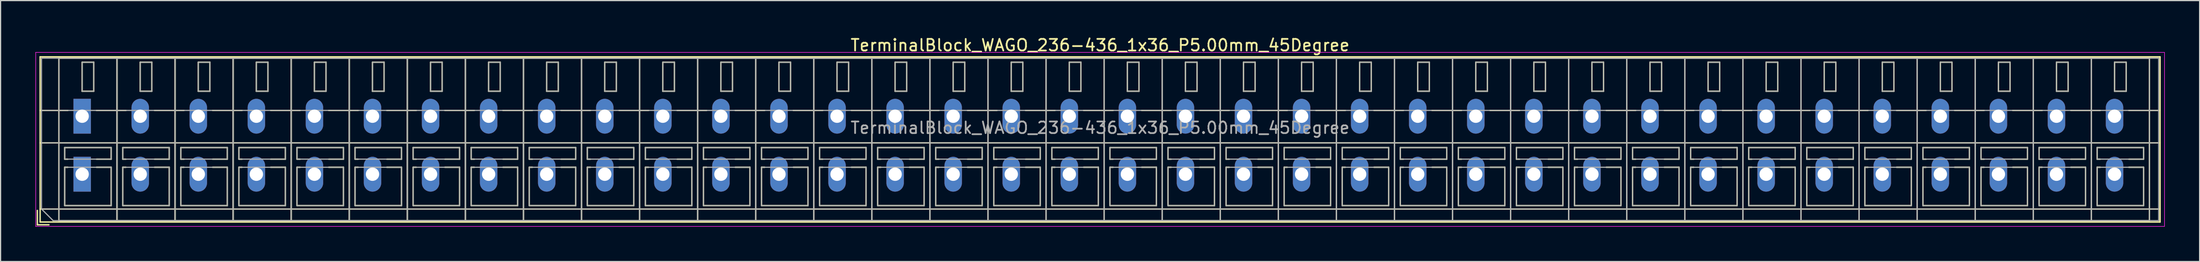
<source format=kicad_pcb>
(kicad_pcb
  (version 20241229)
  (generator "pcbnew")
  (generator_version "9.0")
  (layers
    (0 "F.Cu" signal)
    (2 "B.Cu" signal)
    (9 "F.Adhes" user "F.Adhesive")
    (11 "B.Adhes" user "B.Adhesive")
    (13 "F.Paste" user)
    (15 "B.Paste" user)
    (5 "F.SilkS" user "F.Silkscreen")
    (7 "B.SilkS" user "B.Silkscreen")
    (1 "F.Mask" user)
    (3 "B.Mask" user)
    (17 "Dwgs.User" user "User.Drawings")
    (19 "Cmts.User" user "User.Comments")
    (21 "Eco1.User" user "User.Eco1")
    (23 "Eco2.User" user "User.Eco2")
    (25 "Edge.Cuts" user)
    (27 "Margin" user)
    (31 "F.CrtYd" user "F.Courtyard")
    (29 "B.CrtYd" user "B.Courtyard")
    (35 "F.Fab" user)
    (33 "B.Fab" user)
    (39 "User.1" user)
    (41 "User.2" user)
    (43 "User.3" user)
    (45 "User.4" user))
  (footprint "TerminalBlock_WAGO_236-436_1x36_P5.00mm_45Degree"
    (layer "F.Cu")
    (at 4.025 6.968)
    (property "Reference" "TerminalBlock_WAGO_236-436_1x36_P5.00mm_45Degree" (at 87.65 -6.12 0) (layer "F.SilkS") (effects (font (size 1 1) (thickness 0.15))))
    (attr through_hole)
    (fp_line (start -3.86 8.12) (end -3.86 9.36) (stroke (width 0.12) (type solid)) (layer "F.SilkS"))
    (fp_line (start -3.86 9.36) (end -2.86 9.36) (stroke (width 0.12) (type solid)) (layer "F.SilkS"))
    (fp_line (start -3.62 -5.12) (end -3.62 9.12) (stroke (width 0.12) (type solid)) (layer "F.SilkS"))
    (fp_line (start -3.62 -5.12) (end 178.92 -5.12) (stroke (width 0.12) (type solid)) (layer "F.SilkS"))
    (fp_line (start -3.62 -0.5) (end -1.23 -0.5) (stroke (width 0.12) (type solid)) (layer "F.SilkS"))
    (fp_line (start -3.62 2.3) (end 178.92 2.3) (stroke (width 0.12) (type solid)) (layer "F.SilkS"))
    (fp_line (start -3.62 8) (end 178.92 8) (stroke (width 0.12) (type solid)) (layer "F.SilkS"))
    (fp_line (start -3.62 9.12) (end 178.92 9.12) (stroke (width 0.12) (type solid)) (layer "F.SilkS"))
    (fp_line (start -2 -5) (end -2 9) (stroke (width 0.12) (type solid)) (layer "F.SilkS"))
    (fp_line (start -2 -5) (end 3 -5) (stroke (width 0.12) (type solid)) (layer "F.SilkS"))
    (fp_line (start -2 9) (end 3 9) (stroke (width 0.12) (type solid)) (layer "F.SilkS"))
    (fp_line (start -1.5 2.7) (end -1.5 3.7) (stroke (width 0.12) (type solid)) (layer "F.SilkS"))
    (fp_line (start -1.5 2.7) (end 2.5 2.7) (stroke (width 0.12) (type solid)) (layer "F.SilkS"))
    (fp_line (start -1.5 3.7) (end -1.23 3.7) (stroke (width 0.12) (type solid)) (layer "F.SilkS"))
    (fp_line (start -1.5 4.4) (end -1.5 7.7) (stroke (width 0.12) (type solid)) (layer "F.SilkS"))
    (fp_line (start -1.5 4.4) (end -1.23 4.4) (stroke (width 0.12) (type solid)) (layer "F.SilkS"))
    (fp_line (start -1.5 7.7) (end 2.5 7.7) (stroke (width 0.12) (type solid)) (layer "F.SilkS"))
    (fp_line (start 0 -4.65) (end 0 -2.151) (stroke (width 0.12) (type solid)) (layer "F.SilkS"))
    (fp_line (start 0 -4.65) (end 1 -4.65) (stroke (width 0.12) (type solid)) (layer "F.SilkS"))
    (fp_line (start 0 -2.151) (end 1 -2.151) (stroke (width 0.12) (type solid)) (layer "F.SilkS"))
    (fp_line (start 1 -4.65) (end 1 -2.151) (stroke (width 0.12) (type solid)) (layer "F.SilkS"))
    (fp_line (start 1.23 -0.5) (end 3.77 -0.5) (stroke (width 0.12) (type solid)) (layer "F.SilkS"))
    (fp_line (start 1.23 3.7) (end 2.5 3.7) (stroke (width 0.12) (type solid)) (layer "F.SilkS"))
    (fp_line (start 1.23 4.4) (end 2.5 4.4) (stroke (width 0.12) (type solid)) (layer "F.SilkS"))
    (fp_line (start 2.5 2.7) (end 2.5 3.7) (stroke (width 0.12) (type solid)) (layer "F.SilkS"))
    (fp_line (start 2.5 4.4) (end 2.5 7.7) (stroke (width 0.12) (type solid)) (layer "F.SilkS"))
    (fp_line (start 3 -5) (end 3 9) (stroke (width 0.12) (type solid)) (layer "F.SilkS"))
    (fp_line (start 3 -5) (end 3 9) (stroke (width 0.12) (type solid)) (layer "F.SilkS"))
    (fp_line (start 3 -5) (end 8 -5) (stroke (width 0.12) (type solid)) (layer "F.SilkS"))
    (fp_line (start 3 9) (end 8 9) (stroke (width 0.12) (type solid)) (layer "F.SilkS"))
    (fp_line (start 3.5 2.7) (end 3.5 3.7) (stroke (width 0.12) (type solid)) (layer "F.SilkS"))
    (fp_line (start 3.5 2.7) (end 7.5 2.7) (stroke (width 0.12) (type solid)) (layer "F.SilkS"))
    (fp_line (start 3.5 3.7) (end 3.77 3.7) (stroke (width 0.12) (type solid)) (layer "F.SilkS"))
    (fp_line (start 3.5 4.4) (end 3.5 7.7) (stroke (width 0.12) (type solid)) (layer "F.SilkS"))
    (fp_line (start 3.5 4.4) (end 3.77 4.4) (stroke (width 0.12) (type solid)) (layer "F.SilkS"))
    (fp_line (start 3.5 7.7) (end 7.5 7.7) (stroke (width 0.12) (type solid)) (layer "F.SilkS"))
    (fp_line (start 5 -4.65) (end 5 -2.151) (stroke (width 0.12) (type solid)) (layer "F.SilkS"))
    (fp_line (start 5 -4.65) (end 6 -4.65) (stroke (width 0.12) (type solid)) (layer "F.SilkS"))
    (fp_line (start 5 -2.151) (end 6 -2.151) (stroke (width 0.12) (type solid)) (layer "F.SilkS"))
    (fp_line (start 6 -4.65) (end 6 -2.151) (stroke (width 0.12) (type solid)) (layer "F.SilkS"))
    (fp_line (start 6.23 -0.5) (end 8.77 -0.5) (stroke (width 0.12) (type solid)) (layer "F.SilkS"))
    (fp_line (start 6.23 3.7) (end 7.5 3.7) (stroke (width 0.12) (type solid)) (layer "F.SilkS"))
    (fp_line (start 6.23 4.4) (end 7.5 4.4) (stroke (width 0.12) (type solid)) (layer "F.SilkS"))
    (fp_line (start 7.5 2.7) (end 7.5 3.7) (stroke (width 0.12) (type solid)) (layer "F.SilkS"))
    (fp_line (start 7.5 4.4) (end 7.5 7.7) (stroke (width 0.12) (type solid)) (layer "F.SilkS"))
    (fp_line (start 8 -5) (end 8 9) (stroke (width 0.12) (type solid)) (layer "F.SilkS"))
    (fp_line (start 8 -5) (end 8 9) (stroke (width 0.12) (type solid)) (layer "F.SilkS"))
    (fp_line (start 8 -5) (end 13 -5) (stroke (width 0.12) (type solid)) (layer "F.SilkS"))
    (fp_line (start 8 9) (end 13 9) (stroke (width 0.12) (type solid)) (layer "F.SilkS"))
    (fp_line (start 8.5 2.7) (end 8.5 3.7) (stroke (width 0.12) (type solid)) (layer "F.SilkS"))
    (fp_line (start 8.5 2.7) (end 12.5 2.7) (stroke (width 0.12) (type solid)) (layer "F.SilkS"))
    (fp_line (start 8.5 3.7) (end 8.77 3.7) (stroke (width 0.12) (type solid)) (layer "F.SilkS"))
    (fp_line (start 8.5 4.4) (end 8.5 7.7) (stroke (width 0.12) (type solid)) (layer "F.SilkS"))
    (fp_line (start 8.5 4.4) (end 8.77 4.4) (stroke (width 0.12) (type solid)) (layer "F.SilkS"))
    (fp_line (start 8.5 7.7) (end 12.5 7.7) (stroke (width 0.12) (type solid)) (layer "F.SilkS"))
    (fp_line (start 10 -4.65) (end 10 -2.151) (stroke (width 0.12) (type solid)) (layer "F.SilkS"))
    (fp_line (start 10 -4.65) (end 11 -4.65) (stroke (width 0.12) (type solid)) (layer "F.SilkS"))
    (fp_line (start 10 -2.151) (end 11 -2.151) (stroke (width 0.12) (type solid)) (layer "F.SilkS"))
    (fp_line (start 11 -4.65) (end 11 -2.151) (stroke (width 0.12) (type solid)) (layer "F.SilkS"))
    (fp_line (start 11.23 -0.5) (end 13.77 -0.5) (stroke (width 0.12) (type solid)) (layer "F.SilkS"))
    (fp_line (start 11.23 3.7) (end 12.5 3.7) (stroke (width 0.12) (type solid)) (layer "F.SilkS"))
    (fp_line (start 11.23 4.4) (end 12.5 4.4) (stroke (width 0.12) (type solid)) (layer "F.SilkS"))
    (fp_line (start 12.5 2.7) (end 12.5 3.7) (stroke (width 0.12) (type solid)) (layer "F.SilkS"))
    (fp_line (start 12.5 4.4) (end 12.5 7.7) (stroke (width 0.12) (type solid)) (layer "F.SilkS"))
    (fp_line (start 13 -5) (end 13 9) (stroke (width 0.12) (type solid)) (layer "F.SilkS"))
    (fp_line (start 13 -5) (end 13 9) (stroke (width 0.12) (type solid)) (layer "F.SilkS"))
    (fp_line (start 13 -5) (end 18 -5) (stroke (width 0.12) (type solid)) (layer "F.SilkS"))
    (fp_line (start 13 9) (end 18 9) (stroke (width 0.12) (type solid)) (layer "F.SilkS"))
    (fp_line (start 13.5 2.7) (end 13.5 3.7) (stroke (width 0.12) (type solid)) (layer "F.SilkS"))
    (fp_line (start 13.5 2.7) (end 17.5 2.7) (stroke (width 0.12) (type solid)) (layer "F.SilkS"))
    (fp_line (start 13.5 3.7) (end 13.77 3.7) (stroke (width 0.12) (type solid)) (layer "F.SilkS"))
    (fp_line (start 13.5 4.4) (end 13.5 7.7) (stroke (width 0.12) (type solid)) (layer "F.SilkS"))
    (fp_line (start 13.5 4.4) (end 13.77 4.4) (stroke (width 0.12) (type solid)) (layer "F.SilkS"))
    (fp_line (start 13.5 7.7) (end 17.5 7.7) (stroke (width 0.12) (type solid)) (layer "F.SilkS"))
    (fp_line (start 15 -4.65) (end 15 -2.151) (stroke (width 0.12) (type solid)) (layer "F.SilkS"))
    (fp_line (start 15 -4.65) (end 16 -4.65) (stroke (width 0.12) (type solid)) (layer "F.SilkS"))
    (fp_line (start 15 -2.151) (end 16 -2.151) (stroke (width 0.12) (type solid)) (layer "F.SilkS"))
    (fp_line (start 16 -4.65) (end 16 -2.151) (stroke (width 0.12) (type solid)) (layer "F.SilkS"))
    (fp_line (start 16.23 -0.5) (end 18.77 -0.5) (stroke (width 0.12) (type solid)) (layer "F.SilkS"))
    (fp_line (start 16.23 3.7) (end 17.5 3.7) (stroke (width 0.12) (type solid)) (layer "F.SilkS"))
    (fp_line (start 16.23 4.4) (end 17.5 4.4) (stroke (width 0.12) (type solid)) (layer "F.SilkS"))
    (fp_line (start 17.5 2.7) (end 17.5 3.7) (stroke (width 0.12) (type solid)) (layer "F.SilkS"))
    (fp_line (start 17.5 4.4) (end 17.5 7.7) (stroke (width 0.12) (type solid)) (layer "F.SilkS"))
    (fp_line (start 18 -5) (end 18 9) (stroke (width 0.12) (type solid)) (layer "F.SilkS"))
    (fp_line (start 18 -5) (end 18 9) (stroke (width 0.12) (type solid)) (layer "F.SilkS"))
    (fp_line (start 18 -5) (end 23 -5) (stroke (width 0.12) (type solid)) (layer "F.SilkS"))
    (fp_line (start 18 9) (end 23 9) (stroke (width 0.12) (type solid)) (layer "F.SilkS"))
    (fp_line (start 18.5 2.7) (end 18.5 3.7) (stroke (width 0.12) (type solid)) (layer "F.SilkS"))
    (fp_line (start 18.5 2.7) (end 22.5 2.7) (stroke (width 0.12) (type solid)) (layer "F.SilkS"))
    (fp_line (start 18.5 3.7) (end 18.77 3.7) (stroke (width 0.12) (type solid)) (layer "F.SilkS"))
    (fp_line (start 18.5 4.4) (end 18.5 7.7) (stroke (width 0.12) (type solid)) (layer "F.SilkS"))
    (fp_line (start 18.5 4.4) (end 18.77 4.4) (stroke (width 0.12) (type solid)) (layer "F.SilkS"))
    (fp_line (start 18.5 7.7) (end 22.5 7.7) (stroke (width 0.12) (type solid)) (layer "F.SilkS"))
    (fp_line (start 20 -4.65) (end 20 -2.151) (stroke (width 0.12) (type solid)) (layer "F.SilkS"))
    (fp_line (start 20 -4.65) (end 21 -4.65) (stroke (width 0.12) (type solid)) (layer "F.SilkS"))
    (fp_line (start 20 -2.151) (end 21 -2.151) (stroke (width 0.12) (type solid)) (layer "F.SilkS"))
    (fp_line (start 21 -4.65) (end 21 -2.151) (stroke (width 0.12) (type solid)) (layer "F.SilkS"))
    (fp_line (start 21.23 -0.5) (end 23.77 -0.5) (stroke (width 0.12) (type solid)) (layer "F.SilkS"))
    (fp_line (start 21.23 3.7) (end 22.5 3.7) (stroke (width 0.12) (type solid)) (layer "F.SilkS"))
    (fp_line (start 21.23 4.4) (end 22.5 4.4) (stroke (width 0.12) (type solid)) (layer "F.SilkS"))
    (fp_line (start 22.5 2.7) (end 22.5 3.7) (stroke (width 0.12) (type solid)) (layer "F.SilkS"))
    (fp_line (start 22.5 4.4) (end 22.5 7.7) (stroke (width 0.12) (type solid)) (layer "F.SilkS"))
    (fp_line (start 23 -5) (end 23 9) (stroke (width 0.12) (type solid)) (layer "F.SilkS"))
    (fp_line (start 23 -5) (end 23 9) (stroke (width 0.12) (type solid)) (layer "F.SilkS"))
    (fp_line (start 23 -5) (end 28 -5) (stroke (width 0.12) (type solid)) (layer "F.SilkS"))
    (fp_line (start 23 9) (end 28 9) (stroke (width 0.12) (type solid)) (layer "F.SilkS"))
    (fp_line (start 23.5 2.7) (end 23.5 3.7) (stroke (width 0.12) (type solid)) (layer "F.SilkS"))
    (fp_line (start 23.5 2.7) (end 27.5 2.7) (stroke (width 0.12) (type solid)) (layer "F.SilkS"))
    (fp_line (start 23.5 3.7) (end 23.77 3.7) (stroke (width 0.12) (type solid)) (layer "F.SilkS"))
    (fp_line (start 23.5 4.4) (end 23.5 7.7) (stroke (width 0.12) (type solid)) (layer "F.SilkS"))
    (fp_line (start 23.5 4.4) (end 23.77 4.4) (stroke (width 0.12) (type solid)) (layer "F.SilkS"))
    (fp_line (start 23.5 7.7) (end 27.5 7.7) (stroke (width 0.12) (type solid)) (layer "F.SilkS"))
    (fp_line (start 25 -4.65) (end 25 -2.151) (stroke (width 0.12) (type solid)) (layer "F.SilkS"))
    (fp_line (start 25 -4.65) (end 26 -4.65) (stroke (width 0.12) (type solid)) (layer "F.SilkS"))
    (fp_line (start 25 -2.151) (end 26 -2.151) (stroke (width 0.12) (type solid)) (layer "F.SilkS"))
    (fp_line (start 26 -4.65) (end 26 -2.151) (stroke (width 0.12) (type solid)) (layer "F.SilkS"))
    (fp_line (start 26.23 -0.5) (end 28.77 -0.5) (stroke (width 0.12) (type solid)) (layer "F.SilkS"))
    (fp_line (start 26.23 3.7) (end 27.5 3.7) (stroke (width 0.12) (type solid)) (layer "F.SilkS"))
    (fp_line (start 26.23 4.4) (end 27.5 4.4) (stroke (width 0.12) (type solid)) (layer "F.SilkS"))
    (fp_line (start 27.5 2.7) (end 27.5 3.7) (stroke (width 0.12) (type solid)) (layer "F.SilkS"))
    (fp_line (start 27.5 4.4) (end 27.5 7.7) (stroke (width 0.12) (type solid)) (layer "F.SilkS"))
    (fp_line (start 28 -5) (end 28 9) (stroke (width 0.12) (type solid)) (layer "F.SilkS"))
    (fp_line (start 28 -5) (end 28 9) (stroke (width 0.12) (type solid)) (layer "F.SilkS"))
    (fp_line (start 28 -5) (end 33 -5) (stroke (width 0.12) (type solid)) (layer "F.SilkS"))
    (fp_line (start 28 9) (end 33 9) (stroke (width 0.12) (type solid)) (layer "F.SilkS"))
    (fp_line (start 28.5 2.7) (end 28.5 3.7) (stroke (width 0.12) (type solid)) (layer "F.SilkS"))
    (fp_line (start 28.5 2.7) (end 32.5 2.7) (stroke (width 0.12) (type solid)) (layer "F.SilkS"))
    (fp_line (start 28.5 3.7) (end 28.77 3.7) (stroke (width 0.12) (type solid)) (layer "F.SilkS"))
    (fp_line (start 28.5 4.4) (end 28.5 7.7) (stroke (width 0.12) (type solid)) (layer "F.SilkS"))
    (fp_line (start 28.5 4.4) (end 28.77 4.4) (stroke (width 0.12) (type solid)) (layer "F.SilkS"))
    (fp_line (start 28.5 7.7) (end 32.5 7.7) (stroke (width 0.12) (type solid)) (layer "F.SilkS"))
    (fp_line (start 30 -4.65) (end 30 -2.151) (stroke (width 0.12) (type solid)) (layer "F.SilkS"))
    (fp_line (start 30 -4.65) (end 31 -4.65) (stroke (width 0.12) (type solid)) (layer "F.SilkS"))
    (fp_line (start 30 -2.151) (end 31 -2.151) (stroke (width 0.12) (type solid)) (layer "F.SilkS"))
    (fp_line (start 31 -4.65) (end 31 -2.151) (stroke (width 0.12) (type solid)) (layer "F.SilkS"))
    (fp_line (start 31.23 -0.5) (end 33.77 -0.5) (stroke (width 0.12) (type solid)) (layer "F.SilkS"))
    (fp_line (start 31.23 3.7) (end 32.5 3.7) (stroke (width 0.12) (type solid)) (layer "F.SilkS"))
    (fp_line (start 31.23 4.4) (end 32.5 4.4) (stroke (width 0.12) (type solid)) (layer "F.SilkS"))
    (fp_line (start 32.5 2.7) (end 32.5 3.7) (stroke (width 0.12) (type solid)) (layer "F.SilkS"))
    (fp_line (start 32.5 4.4) (end 32.5 7.7) (stroke (width 0.12) (type solid)) (layer "F.SilkS"))
    (fp_line (start 33 -5) (end 33 9) (stroke (width 0.12) (type solid)) (layer "F.SilkS"))
    (fp_line (start 33 -5) (end 33 9) (stroke (width 0.12) (type solid)) (layer "F.SilkS"))
    (fp_line (start 33 -5) (end 38 -5) (stroke (width 0.12) (type solid)) (layer "F.SilkS"))
    (fp_line (start 33 9) (end 38 9) (stroke (width 0.12) (type solid)) (layer "F.SilkS"))
    (fp_line (start 33.5 2.7) (end 33.5 3.7) (stroke (width 0.12) (type solid)) (layer "F.SilkS"))
    (fp_line (start 33.5 2.7) (end 37.5 2.7) (stroke (width 0.12) (type solid)) (layer "F.SilkS"))
    (fp_line (start 33.5 3.7) (end 33.77 3.7) (stroke (width 0.12) (type solid)) (layer "F.SilkS"))
    (fp_line (start 33.5 4.4) (end 33.5 7.7) (stroke (width 0.12) (type solid)) (layer "F.SilkS"))
    (fp_line (start 33.5 4.4) (end 33.77 4.4) (stroke (width 0.12) (type solid)) (layer "F.SilkS"))
    (fp_line (start 33.5 7.7) (end 37.5 7.7) (stroke (width 0.12) (type solid)) (layer "F.SilkS"))
    (fp_line (start 35 -4.65) (end 35 -2.151) (stroke (width 0.12) (type solid)) (layer "F.SilkS"))
    (fp_line (start 35 -4.65) (end 36 -4.65) (stroke (width 0.12) (type solid)) (layer "F.SilkS"))
    (fp_line (start 35 -2.151) (end 36 -2.151) (stroke (width 0.12) (type solid)) (layer "F.SilkS"))
    (fp_line (start 36 -4.65) (end 36 -2.151) (stroke (width 0.12) (type solid)) (layer "F.SilkS"))
    (fp_line (start 36.23 -0.5) (end 38.77 -0.5) (stroke (width 0.12) (type solid)) (layer "F.SilkS"))
    (fp_line (start 36.23 3.7) (end 37.5 3.7) (stroke (width 0.12) (type solid)) (layer "F.SilkS"))
    (fp_line (start 36.23 4.4) (end 37.5 4.4) (stroke (width 0.12) (type solid)) (layer "F.SilkS"))
    (fp_line (start 37.5 2.7) (end 37.5 3.7) (stroke (width 0.12) (type solid)) (layer "F.SilkS"))
    (fp_line (start 37.5 4.4) (end 37.5 7.7) (stroke (width 0.12) (type solid)) (layer "F.SilkS"))
    (fp_line (start 38 -5) (end 38 9) (stroke (width 0.12) (type solid)) (layer "F.SilkS"))
    (fp_line (start 38 -5) (end 38 9) (stroke (width 0.12) (type solid)) (layer "F.SilkS"))
    (fp_line (start 38 -5) (end 43 -5) (stroke (width 0.12) (type solid)) (layer "F.SilkS"))
    (fp_line (start 38 9) (end 43 9) (stroke (width 0.12) (type solid)) (layer "F.SilkS"))
    (fp_line (start 38.5 2.7) (end 38.5 3.7) (stroke (width 0.12) (type solid)) (layer "F.SilkS"))
    (fp_line (start 38.5 2.7) (end 42.5 2.7) (stroke (width 0.12) (type solid)) (layer "F.SilkS"))
    (fp_line (start 38.5 3.7) (end 38.77 3.7) (stroke (width 0.12) (type solid)) (layer "F.SilkS"))
    (fp_line (start 38.5 4.4) (end 38.5 7.7) (stroke (width 0.12) (type solid)) (layer "F.SilkS"))
    (fp_line (start 38.5 4.4) (end 38.77 4.4) (stroke (width 0.12) (type solid)) (layer "F.SilkS"))
    (fp_line (start 38.5 7.7) (end 42.5 7.7) (stroke (width 0.12) (type solid)) (layer "F.SilkS"))
    (fp_line (start 40 -4.65) (end 40 -2.151) (stroke (width 0.12) (type solid)) (layer "F.SilkS"))
    (fp_line (start 40 -4.65) (end 41 -4.65) (stroke (width 0.12) (type solid)) (layer "F.SilkS"))
    (fp_line (start 40 -2.151) (end 41 -2.151) (stroke (width 0.12) (type solid)) (layer "F.SilkS"))
    (fp_line (start 41 -4.65) (end 41 -2.151) (stroke (width 0.12) (type solid)) (layer "F.SilkS"))
    (fp_line (start 41.23 -0.5) (end 43.77 -0.5) (stroke (width 0.12) (type solid)) (layer "F.SilkS"))
    (fp_line (start 41.23 3.7) (end 42.5 3.7) (stroke (width 0.12) (type solid)) (layer "F.SilkS"))
    (fp_line (start 41.23 4.4) (end 42.5 4.4) (stroke (width 0.12) (type solid)) (layer "F.SilkS"))
    (fp_line (start 42.5 2.7) (end 42.5 3.7) (stroke (width 0.12) (type solid)) (layer "F.SilkS"))
    (fp_line (start 42.5 4.4) (end 42.5 7.7) (stroke (width 0.12) (type solid)) (layer "F.SilkS"))
    (fp_line (start 43 -5) (end 43 9) (stroke (width 0.12) (type solid)) (layer "F.SilkS"))
    (fp_line (start 43 -5) (end 43 9) (stroke (width 0.12) (type solid)) (layer "F.SilkS"))
    (fp_line (start 43 -5) (end 48 -5) (stroke (width 0.12) (type solid)) (layer "F.SilkS"))
    (fp_line (start 43 9) (end 48 9) (stroke (width 0.12) (type solid)) (layer "F.SilkS"))
    (fp_line (start 43.5 2.7) (end 43.5 3.7) (stroke (width 0.12) (type solid)) (layer "F.SilkS"))
    (fp_line (start 43.5 2.7) (end 47.5 2.7) (stroke (width 0.12) (type solid)) (layer "F.SilkS"))
    (fp_line (start 43.5 3.7) (end 43.77 3.7) (stroke (width 0.12) (type solid)) (layer "F.SilkS"))
    (fp_line (start 43.5 4.4) (end 43.5 7.7) (stroke (width 0.12) (type solid)) (layer "F.SilkS"))
    (fp_line (start 43.5 4.4) (end 43.77 4.4) (stroke (width 0.12) (type solid)) (layer "F.SilkS"))
    (fp_line (start 43.5 7.7) (end 47.5 7.7) (stroke (width 0.12) (type solid)) (layer "F.SilkS"))
    (fp_line (start 45 -4.65) (end 45 -2.151) (stroke (width 0.12) (type solid)) (layer "F.SilkS"))
    (fp_line (start 45 -4.65) (end 46 -4.65) (stroke (width 0.12) (type solid)) (layer "F.SilkS"))
    (fp_line (start 45 -2.151) (end 46 -2.151) (stroke (width 0.12) (type solid)) (layer "F.SilkS"))
    (fp_line (start 46 -4.65) (end 46 -2.151) (stroke (width 0.12) (type solid)) (layer "F.SilkS"))
    (fp_line (start 46.23 -0.5) (end 48.77 -0.5) (stroke (width 0.12) (type solid)) (layer "F.SilkS"))
    (fp_line (start 46.23 3.7) (end 47.5 3.7) (stroke (width 0.12) (type solid)) (layer "F.SilkS"))
    (fp_line (start 46.23 4.4) (end 47.5 4.4) (stroke (width 0.12) (type solid)) (layer "F.SilkS"))
    (fp_line (start 47.5 2.7) (end 47.5 3.7) (stroke (width 0.12) (type solid)) (layer "F.SilkS"))
    (fp_line (start 47.5 4.4) (end 47.5 7.7) (stroke (width 0.12) (type solid)) (layer "F.SilkS"))
    (fp_line (start 48 -5) (end 48 9) (stroke (width 0.12) (type solid)) (layer "F.SilkS"))
    (fp_line (start 48 -5) (end 48 9) (stroke (width 0.12) (type solid)) (layer "F.SilkS"))
    (fp_line (start 48 -5) (end 53 -5) (stroke (width 0.12) (type solid)) (layer "F.SilkS"))
    (fp_line (start 48 9) (end 53 9) (stroke (width 0.12) (type solid)) (layer "F.SilkS"))
    (fp_line (start 48.5 2.7) (end 48.5 3.7) (stroke (width 0.12) (type solid)) (layer "F.SilkS"))
    (fp_line (start 48.5 2.7) (end 52.5 2.7) (stroke (width 0.12) (type solid)) (layer "F.SilkS"))
    (fp_line (start 48.5 3.7) (end 48.77 3.7) (stroke (width 0.12) (type solid)) (layer "F.SilkS"))
    (fp_line (start 48.5 4.4) (end 48.5 7.7) (stroke (width 0.12) (type solid)) (layer "F.SilkS"))
    (fp_line (start 48.5 4.4) (end 48.77 4.4) (stroke (width 0.12) (type solid)) (layer "F.SilkS"))
    (fp_line (start 48.5 7.7) (end 52.5 7.7) (stroke (width 0.12) (type solid)) (layer "F.SilkS"))
    (fp_line (start 50 -4.65) (end 50 -2.151) (stroke (width 0.12) (type solid)) (layer "F.SilkS"))
    (fp_line (start 50 -4.65) (end 51 -4.65) (stroke (width 0.12) (type solid)) (layer "F.SilkS"))
    (fp_line (start 50 -2.151) (end 51 -2.151) (stroke (width 0.12) (type solid)) (layer "F.SilkS"))
    (fp_line (start 51 -4.65) (end 51 -2.151) (stroke (width 0.12) (type solid)) (layer "F.SilkS"))
    (fp_line (start 51.23 -0.5) (end 53.77 -0.5) (stroke (width 0.12) (type solid)) (layer "F.SilkS"))
    (fp_line (start 51.23 3.7) (end 52.5 3.7) (stroke (width 0.12) (type solid)) (layer "F.SilkS"))
    (fp_line (start 51.23 4.4) (end 52.5 4.4) (stroke (width 0.12) (type solid)) (layer "F.SilkS"))
    (fp_line (start 52.5 2.7) (end 52.5 3.7) (stroke (width 0.12) (type solid)) (layer "F.SilkS"))
    (fp_line (start 52.5 4.4) (end 52.5 7.7) (stroke (width 0.12) (type solid)) (layer "F.SilkS"))
    (fp_line (start 53 -5) (end 53 9) (stroke (width 0.12) (type solid)) (layer "F.SilkS"))
    (fp_line (start 53 -5) (end 53 9) (stroke (width 0.12) (type solid)) (layer "F.SilkS"))
    (fp_line (start 53 -5) (end 58 -5) (stroke (width 0.12) (type solid)) (layer "F.SilkS"))
    (fp_line (start 53 9) (end 58 9) (stroke (width 0.12) (type solid)) (layer "F.SilkS"))
    (fp_line (start 53.5 2.7) (end 53.5 3.7) (stroke (width 0.12) (type solid)) (layer "F.SilkS"))
    (fp_line (start 53.5 2.7) (end 57.5 2.7) (stroke (width 0.12) (type solid)) (layer "F.SilkS"))
    (fp_line (start 53.5 3.7) (end 53.77 3.7) (stroke (width 0.12) (type solid)) (layer "F.SilkS"))
    (fp_line (start 53.5 4.4) (end 53.5 7.7) (stroke (width 0.12) (type solid)) (layer "F.SilkS"))
    (fp_line (start 53.5 4.4) (end 53.77 4.4) (stroke (width 0.12) (type solid)) (layer "F.SilkS"))
    (fp_line (start 53.5 7.7) (end 57.5 7.7) (stroke (width 0.12) (type solid)) (layer "F.SilkS"))
    (fp_line (start 55 -4.65) (end 55 -2.151) (stroke (width 0.12) (type solid)) (layer "F.SilkS"))
    (fp_line (start 55 -4.65) (end 56 -4.65) (stroke (width 0.12) (type solid)) (layer "F.SilkS"))
    (fp_line (start 55 -2.151) (end 56 -2.151) (stroke (width 0.12) (type solid)) (layer "F.SilkS"))
    (fp_line (start 56 -4.65) (end 56 -2.151) (stroke (width 0.12) (type solid)) (layer "F.SilkS"))
    (fp_line (start 56.23 -0.5) (end 58.77 -0.5) (stroke (width 0.12) (type solid)) (layer "F.SilkS"))
    (fp_line (start 56.23 3.7) (end 57.5 3.7) (stroke (width 0.12) (type solid)) (layer "F.SilkS"))
    (fp_line (start 56.23 4.4) (end 57.5 4.4) (stroke (width 0.12) (type solid)) (layer "F.SilkS"))
    (fp_line (start 57.5 2.7) (end 57.5 3.7) (stroke (width 0.12) (type solid)) (layer "F.SilkS"))
    (fp_line (start 57.5 4.4) (end 57.5 7.7) (stroke (width 0.12) (type solid)) (layer "F.SilkS"))
    (fp_line (start 58 -5) (end 58 9) (stroke (width 0.12) (type solid)) (layer "F.SilkS"))
    (fp_line (start 58 -5) (end 58 9) (stroke (width 0.12) (type solid)) (layer "F.SilkS"))
    (fp_line (start 58 -5) (end 63 -5) (stroke (width 0.12) (type solid)) (layer "F.SilkS"))
    (fp_line (start 58 9) (end 63 9) (stroke (width 0.12) (type solid)) (layer "F.SilkS"))
    (fp_line (start 58.5 2.7) (end 58.5 3.7) (stroke (width 0.12) (type solid)) (layer "F.SilkS"))
    (fp_line (start 58.5 2.7) (end 62.5 2.7) (stroke (width 0.12) (type solid)) (layer "F.SilkS"))
    (fp_line (start 58.5 3.7) (end 58.77 3.7) (stroke (width 0.12) (type solid)) (layer "F.SilkS"))
    (fp_line (start 58.5 4.4) (end 58.5 7.7) (stroke (width 0.12) (type solid)) (layer "F.SilkS"))
    (fp_line (start 58.5 4.4) (end 58.77 4.4) (stroke (width 0.12) (type solid)) (layer "F.SilkS"))
    (fp_line (start 58.5 7.7) (end 62.5 7.7) (stroke (width 0.12) (type solid)) (layer "F.SilkS"))
    (fp_line (start 60 -4.65) (end 60 -2.151) (stroke (width 0.12) (type solid)) (layer "F.SilkS"))
    (fp_line (start 60 -4.65) (end 61 -4.65) (stroke (width 0.12) (type solid)) (layer "F.SilkS"))
    (fp_line (start 60 -2.151) (end 61 -2.151) (stroke (width 0.12) (type solid)) (layer "F.SilkS"))
    (fp_line (start 61 -4.65) (end 61 -2.151) (stroke (width 0.12) (type solid)) (layer "F.SilkS"))
    (fp_line (start 61.23 -0.5) (end 63.77 -0.5) (stroke (width 0.12) (type solid)) (layer "F.SilkS"))
    (fp_line (start 61.23 3.7) (end 62.5 3.7) (stroke (width 0.12) (type solid)) (layer "F.SilkS"))
    (fp_line (start 61.23 4.4) (end 62.5 4.4) (stroke (width 0.12) (type solid)) (layer "F.SilkS"))
    (fp_line (start 62.5 2.7) (end 62.5 3.7) (stroke (width 0.12) (type solid)) (layer "F.SilkS"))
    (fp_line (start 62.5 4.4) (end 62.5 7.7) (stroke (width 0.12) (type solid)) (layer "F.SilkS"))
    (fp_line (start 63 -5) (end 63 9) (stroke (width 0.12) (type solid)) (layer "F.SilkS"))
    (fp_line (start 63 -5) (end 63 9) (stroke (width 0.12) (type solid)) (layer "F.SilkS"))
    (fp_line (start 63 -5) (end 68 -5) (stroke (width 0.12) (type solid)) (layer "F.SilkS"))
    (fp_line (start 63 9) (end 68 9) (stroke (width 0.12) (type solid)) (layer "F.SilkS"))
    (fp_line (start 63.5 2.7) (end 63.5 3.7) (stroke (width 0.12) (type solid)) (layer "F.SilkS"))
    (fp_line (start 63.5 2.7) (end 67.5 2.7) (stroke (width 0.12) (type solid)) (layer "F.SilkS"))
    (fp_line (start 63.5 3.7) (end 63.77 3.7) (stroke (width 0.12) (type solid)) (layer "F.SilkS"))
    (fp_line (start 63.5 4.4) (end 63.5 7.7) (stroke (width 0.12) (type solid)) (layer "F.SilkS"))
    (fp_line (start 63.5 4.4) (end 63.77 4.4) (stroke (width 0.12) (type solid)) (layer "F.SilkS"))
    (fp_line (start 63.5 7.7) (end 67.5 7.7) (stroke (width 0.12) (type solid)) (layer "F.SilkS"))
    (fp_line (start 65 -4.65) (end 65 -2.151) (stroke (width 0.12) (type solid)) (layer "F.SilkS"))
    (fp_line (start 65 -4.65) (end 66 -4.65) (stroke (width 0.12) (type solid)) (layer "F.SilkS"))
    (fp_line (start 65 -2.151) (end 66 -2.151) (stroke (width 0.12) (type solid)) (layer "F.SilkS"))
    (fp_line (start 66 -4.65) (end 66 -2.151) (stroke (width 0.12) (type solid)) (layer "F.SilkS"))
    (fp_line (start 66.23 -0.5) (end 68.77 -0.5) (stroke (width 0.12) (type solid)) (layer "F.SilkS"))
    (fp_line (start 66.23 3.7) (end 67.5 3.7) (stroke (width 0.12) (type solid)) (layer "F.SilkS"))
    (fp_line (start 66.23 4.4) (end 67.5 4.4) (stroke (width 0.12) (type solid)) (layer "F.SilkS"))
    (fp_line (start 67.5 2.7) (end 67.5 3.7) (stroke (width 0.12) (type solid)) (layer "F.SilkS"))
    (fp_line (start 67.5 4.4) (end 67.5 7.7) (stroke (width 0.12) (type solid)) (layer "F.SilkS"))
    (fp_line (start 68 -5) (end 68 9) (stroke (width 0.12) (type solid)) (layer "F.SilkS"))
    (fp_line (start 68 -5) (end 68 9) (stroke (width 0.12) (type solid)) (layer "F.SilkS"))
    (fp_line (start 68 -5) (end 73 -5) (stroke (width 0.12) (type solid)) (layer "F.SilkS"))
    (fp_line (start 68 9) (end 73 9) (stroke (width 0.12) (type solid)) (layer "F.SilkS"))
    (fp_line (start 68.5 2.7) (end 68.5 3.7) (stroke (width 0.12) (type solid)) (layer "F.SilkS"))
    (fp_line (start 68.5 2.7) (end 72.5 2.7) (stroke (width 0.12) (type solid)) (layer "F.SilkS"))
    (fp_line (start 68.5 3.7) (end 68.77 3.7) (stroke (width 0.12) (type solid)) (layer "F.SilkS"))
    (fp_line (start 68.5 4.4) (end 68.5 7.7) (stroke (width 0.12) (type solid)) (layer "F.SilkS"))
    (fp_line (start 68.5 4.4) (end 68.77 4.4) (stroke (width 0.12) (type solid)) (layer "F.SilkS"))
    (fp_line (start 68.5 7.7) (end 72.5 7.7) (stroke (width 0.12) (type solid)) (layer "F.SilkS"))
    (fp_line (start 70 -4.65) (end 70 -2.151) (stroke (width 0.12) (type solid)) (layer "F.SilkS"))
    (fp_line (start 70 -4.65) (end 71 -4.65) (stroke (width 0.12) (type solid)) (layer "F.SilkS"))
    (fp_line (start 70 -2.151) (end 71 -2.151) (stroke (width 0.12) (type solid)) (layer "F.SilkS"))
    (fp_line (start 71 -4.65) (end 71 -2.151) (stroke (width 0.12) (type solid)) (layer "F.SilkS"))
    (fp_line (start 71.23 -0.5) (end 73.77 -0.5) (stroke (width 0.12) (type solid)) (layer "F.SilkS"))
    (fp_line (start 71.23 3.7) (end 72.5 3.7) (stroke (width 0.12) (type solid)) (layer "F.SilkS"))
    (fp_line (start 71.23 4.4) (end 72.5 4.4) (stroke (width 0.12) (type solid)) (layer "F.SilkS"))
    (fp_line (start 72.5 2.7) (end 72.5 3.7) (stroke (width 0.12) (type solid)) (layer "F.SilkS"))
    (fp_line (start 72.5 4.4) (end 72.5 7.7) (stroke (width 0.12) (type solid)) (layer "F.SilkS"))
    (fp_line (start 73 -5) (end 73 9) (stroke (width 0.12) (type solid)) (layer "F.SilkS"))
    (fp_line (start 73 -5) (end 73 9) (stroke (width 0.12) (type solid)) (layer "F.SilkS"))
    (fp_line (start 73 -5) (end 78 -5) (stroke (width 0.12) (type solid)) (layer "F.SilkS"))
    (fp_line (start 73 9) (end 78 9) (stroke (width 0.12) (type solid)) (layer "F.SilkS"))
    (fp_line (start 73.5 2.7) (end 73.5 3.7) (stroke (width 0.12) (type solid)) (layer "F.SilkS"))
    (fp_line (start 73.5 2.7) (end 77.5 2.7) (stroke (width 0.12) (type solid)) (layer "F.SilkS"))
    (fp_line (start 73.5 3.7) (end 73.77 3.7) (stroke (width 0.12) (type solid)) (layer "F.SilkS"))
    (fp_line (start 73.5 4.4) (end 73.5 7.7) (stroke (width 0.12) (type solid)) (layer "F.SilkS"))
    (fp_line (start 73.5 4.4) (end 73.77 4.4) (stroke (width 0.12) (type solid)) (layer "F.SilkS"))
    (fp_line (start 73.5 7.7) (end 77.5 7.7) (stroke (width 0.12) (type solid)) (layer "F.SilkS"))
    (fp_line (start 75 -4.65) (end 75 -2.151) (stroke (width 0.12) (type solid)) (layer "F.SilkS"))
    (fp_line (start 75 -4.65) (end 76 -4.65) (stroke (width 0.12) (type solid)) (layer "F.SilkS"))
    (fp_line (start 75 -2.151) (end 76 -2.151) (stroke (width 0.12) (type solid)) (layer "F.SilkS"))
    (fp_line (start 76 -4.65) (end 76 -2.151) (stroke (width 0.12) (type solid)) (layer "F.SilkS"))
    (fp_line (start 76.23 -0.5) (end 78.77 -0.5) (stroke (width 0.12) (type solid)) (layer "F.SilkS"))
    (fp_line (start 76.23 3.7) (end 77.5 3.7) (stroke (width 0.12) (type solid)) (layer "F.SilkS"))
    (fp_line (start 76.23 4.4) (end 77.5 4.4) (stroke (width 0.12) (type solid)) (layer "F.SilkS"))
    (fp_line (start 77.5 2.7) (end 77.5 3.7) (stroke (width 0.12) (type solid)) (layer "F.SilkS"))
    (fp_line (start 77.5 4.4) (end 77.5 7.7) (stroke (width 0.12) (type solid)) (layer "F.SilkS"))
    (fp_line (start 78 -5) (end 78 9) (stroke (width 0.12) (type solid)) (layer "F.SilkS"))
    (fp_line (start 78 -5) (end 78 9) (stroke (width 0.12) (type solid)) (layer "F.SilkS"))
    (fp_line (start 78 -5) (end 83 -5) (stroke (width 0.12) (type solid)) (layer "F.SilkS"))
    (fp_line (start 78 9) (end 83 9) (stroke (width 0.12) (type solid)) (layer "F.SilkS"))
    (fp_line (start 78.5 2.7) (end 78.5 3.7) (stroke (width 0.12) (type solid)) (layer "F.SilkS"))
    (fp_line (start 78.5 2.7) (end 82.5 2.7) (stroke (width 0.12) (type solid)) (layer "F.SilkS"))
    (fp_line (start 78.5 3.7) (end 78.77 3.7) (stroke (width 0.12) (type solid)) (layer "F.SilkS"))
    (fp_line (start 78.5 4.4) (end 78.5 7.7) (stroke (width 0.12) (type solid)) (layer "F.SilkS"))
    (fp_line (start 78.5 4.4) (end 78.77 4.4) (stroke (width 0.12) (type solid)) (layer "F.SilkS"))
    (fp_line (start 78.5 7.7) (end 82.5 7.7) (stroke (width 0.12) (type solid)) (layer "F.SilkS"))
    (fp_line (start 80 -4.65) (end 80 -2.151) (stroke (width 0.12) (type solid)) (layer "F.SilkS"))
    (fp_line (start 80 -4.65) (end 81 -4.65) (stroke (width 0.12) (type solid)) (layer "F.SilkS"))
    (fp_line (start 80 -2.151) (end 81 -2.151) (stroke (width 0.12) (type solid)) (layer "F.SilkS"))
    (fp_line (start 81 -4.65) (end 81 -2.151) (stroke (width 0.12) (type solid)) (layer "F.SilkS"))
    (fp_line (start 81.23 -0.5) (end 83.77 -0.5) (stroke (width 0.12) (type solid)) (layer "F.SilkS"))
    (fp_line (start 81.23 3.7) (end 82.5 3.7) (stroke (width 0.12) (type solid)) (layer "F.SilkS"))
    (fp_line (start 81.23 4.4) (end 82.5 4.4) (stroke (width 0.12) (type solid)) (layer "F.SilkS"))
    (fp_line (start 82.5 2.7) (end 82.5 3.7) (stroke (width 0.12) (type solid)) (layer "F.SilkS"))
    (fp_line (start 82.5 4.4) (end 82.5 7.7) (stroke (width 0.12) (type solid)) (layer "F.SilkS"))
    (fp_line (start 83 -5) (end 83 9) (stroke (width 0.12) (type solid)) (layer "F.SilkS"))
    (fp_line (start 83 -5) (end 83 9) (stroke (width 0.12) (type solid)) (layer "F.SilkS"))
    (fp_line (start 83 -5) (end 88 -5) (stroke (width 0.12) (type solid)) (layer "F.SilkS"))
    (fp_line (start 83 9) (end 88 9) (stroke (width 0.12) (type solid)) (layer "F.SilkS"))
    (fp_line (start 83.5 2.7) (end 83.5 3.7) (stroke (width 0.12) (type solid)) (layer "F.SilkS"))
    (fp_line (start 83.5 2.7) (end 87.5 2.7) (stroke (width 0.12) (type solid)) (layer "F.SilkS"))
    (fp_line (start 83.5 3.7) (end 83.77 3.7) (stroke (width 0.12) (type solid)) (layer "F.SilkS"))
    (fp_line (start 83.5 4.4) (end 83.5 7.7) (stroke (width 0.12) (type solid)) (layer "F.SilkS"))
    (fp_line (start 83.5 4.4) (end 83.77 4.4) (stroke (width 0.12) (type solid)) (layer "F.SilkS"))
    (fp_line (start 83.5 7.7) (end 87.5 7.7) (stroke (width 0.12) (type solid)) (layer "F.SilkS"))
    (fp_line (start 85 -4.65) (end 85 -2.151) (stroke (width 0.12) (type solid)) (layer "F.SilkS"))
    (fp_line (start 85 -4.65) (end 86 -4.65) (stroke (width 0.12) (type solid)) (layer "F.SilkS"))
    (fp_line (start 85 -2.151) (end 86 -2.151) (stroke (width 0.12) (type solid)) (layer "F.SilkS"))
    (fp_line (start 86 -4.65) (end 86 -2.151) (stroke (width 0.12) (type solid)) (layer "F.SilkS"))
    (fp_line (start 86.23 -0.5) (end 88.77 -0.5) (stroke (width 0.12) (type solid)) (layer "F.SilkS"))
    (fp_line (start 86.23 3.7) (end 87.5 3.7) (stroke (width 0.12) (type solid)) (layer "F.SilkS"))
    (fp_line (start 86.23 4.4) (end 87.5 4.4) (stroke (width 0.12) (type solid)) (layer "F.SilkS"))
    (fp_line (start 87.5 2.7) (end 87.5 3.7) (stroke (width 0.12) (type solid)) (layer "F.SilkS"))
    (fp_line (start 87.5 4.4) (end 87.5 7.7) (stroke (width 0.12) (type solid)) (layer "F.SilkS"))
    (fp_line (start 88 -5) (end 88 9) (stroke (width 0.12) (type solid)) (layer "F.SilkS"))
    (fp_line (start 88 -5) (end 88 9) (stroke (width 0.12) (type solid)) (layer "F.SilkS"))
    (fp_line (start 88 -5) (end 93 -5) (stroke (width 0.12) (type solid)) (layer "F.SilkS"))
    (fp_line (start 88 9) (end 93 9) (stroke (width 0.12) (type solid)) (layer "F.SilkS"))
    (fp_line (start 88.5 2.7) (end 88.5 3.7) (stroke (width 0.12) (type solid)) (layer "F.SilkS"))
    (fp_line (start 88.5 2.7) (end 92.5 2.7) (stroke (width 0.12) (type solid)) (layer "F.SilkS"))
    (fp_line (start 88.5 3.7) (end 88.77 3.7) (stroke (width 0.12) (type solid)) (layer "F.SilkS"))
    (fp_line (start 88.5 4.4) (end 88.5 7.7) (stroke (width 0.12) (type solid)) (layer "F.SilkS"))
    (fp_line (start 88.5 4.4) (end 88.77 4.4) (stroke (width 0.12) (type solid)) (layer "F.SilkS"))
    (fp_line (start 88.5 7.7) (end 92.5 7.7) (stroke (width 0.12) (type solid)) (layer "F.SilkS"))
    (fp_line (start 90 -4.65) (end 90 -2.151) (stroke (width 0.12) (type solid)) (layer "F.SilkS"))
    (fp_line (start 90 -4.65) (end 91 -4.65) (stroke (width 0.12) (type solid)) (layer "F.SilkS"))
    (fp_line (start 90 -2.151) (end 91 -2.151) (stroke (width 0.12) (type solid)) (layer "F.SilkS"))
    (fp_line (start 91 -4.65) (end 91 -2.151) (stroke (width 0.12) (type solid)) (layer "F.SilkS"))
    (fp_line (start 91.23 -0.5) (end 93.77 -0.5) (stroke (width 0.12) (type solid)) (layer "F.SilkS"))
    (fp_line (start 91.23 3.7) (end 92.5 3.7) (stroke (width 0.12) (type solid)) (layer "F.SilkS"))
    (fp_line (start 91.23 4.4) (end 92.5 4.4) (stroke (width 0.12) (type solid)) (layer "F.SilkS"))
    (fp_line (start 92.5 2.7) (end 92.5 3.7) (stroke (width 0.12) (type solid)) (layer "F.SilkS"))
    (fp_line (start 92.5 4.4) (end 92.5 7.7) (stroke (width 0.12) (type solid)) (layer "F.SilkS"))
    (fp_line (start 93 -5) (end 93 9) (stroke (width 0.12) (type solid)) (layer "F.SilkS"))
    (fp_line (start 93 -5) (end 93 9) (stroke (width 0.12) (type solid)) (layer "F.SilkS"))
    (fp_line (start 93 -5) (end 98 -5) (stroke (width 0.12) (type solid)) (layer "F.SilkS"))
    (fp_line (start 93 9) (end 98 9) (stroke (width 0.12) (type solid)) (layer "F.SilkS"))
    (fp_line (start 93.5 2.7) (end 93.5 3.7) (stroke (width 0.12) (type solid)) (layer "F.SilkS"))
    (fp_line (start 93.5 2.7) (end 97.5 2.7) (stroke (width 0.12) (type solid)) (layer "F.SilkS"))
    (fp_line (start 93.5 3.7) (end 93.77 3.7) (stroke (width 0.12) (type solid)) (layer "F.SilkS"))
    (fp_line (start 93.5 4.4) (end 93.5 7.7) (stroke (width 0.12) (type solid)) (layer "F.SilkS"))
    (fp_line (start 93.5 4.4) (end 93.77 4.4) (stroke (width 0.12) (type solid)) (layer "F.SilkS"))
    (fp_line (start 93.5 7.7) (end 97.5 7.7) (stroke (width 0.12) (type solid)) (layer "F.SilkS"))
    (fp_line (start 95 -4.65) (end 95 -2.151) (stroke (width 0.12) (type solid)) (layer "F.SilkS"))
    (fp_line (start 95 -4.65) (end 96 -4.65) (stroke (width 0.12) (type solid)) (layer "F.SilkS"))
    (fp_line (start 95 -2.151) (end 96 -2.151) (stroke (width 0.12) (type solid)) (layer "F.SilkS"))
    (fp_line (start 96 -4.65) (end 96 -2.151) (stroke (width 0.12) (type solid)) (layer "F.SilkS"))
    (fp_line (start 96.23 -0.5) (end 98.77 -0.5) (stroke (width 0.12) (type solid)) (layer "F.SilkS"))
    (fp_line (start 96.23 3.7) (end 97.5 3.7) (stroke (width 0.12) (type solid)) (layer "F.SilkS"))
    (fp_line (start 96.23 4.4) (end 97.5 4.4) (stroke (width 0.12) (type solid)) (layer "F.SilkS"))
    (fp_line (start 97.5 2.7) (end 97.5 3.7) (stroke (width 0.12) (type solid)) (layer "F.SilkS"))
    (fp_line (start 97.5 4.4) (end 97.5 7.7) (stroke (width 0.12) (type solid)) (layer "F.SilkS"))
    (fp_line (start 98 -5) (end 98 9) (stroke (width 0.12) (type solid)) (layer "F.SilkS"))
    (fp_line (start 98 -5) (end 98 9) (stroke (width 0.12) (type solid)) (layer "F.SilkS"))
    (fp_line (start 98 -5) (end 103 -5) (stroke (width 0.12) (type solid)) (layer "F.SilkS"))
    (fp_line (start 98 9) (end 103 9) (stroke (width 0.12) (type solid)) (layer "F.SilkS"))
    (fp_line (start 98.5 2.7) (end 98.5 3.7) (stroke (width 0.12) (type solid)) (layer "F.SilkS"))
    (fp_line (start 98.5 2.7) (end 102.5 2.7) (stroke (width 0.12) (type solid)) (layer "F.SilkS"))
    (fp_line (start 98.5 3.7) (end 98.77 3.7) (stroke (width 0.12) (type solid)) (layer "F.SilkS"))
    (fp_line (start 98.5 4.4) (end 98.5 7.7) (stroke (width 0.12) (type solid)) (layer "F.SilkS"))
    (fp_line (start 98.5 4.4) (end 98.77 4.4) (stroke (width 0.12) (type solid)) (layer "F.SilkS"))
    (fp_line (start 98.5 7.7) (end 102.5 7.7) (stroke (width 0.12) (type solid)) (layer "F.SilkS"))
    (fp_line (start 100 -4.65) (end 100 -2.151) (stroke (width 0.12) (type solid)) (layer "F.SilkS"))
    (fp_line (start 100 -4.65) (end 101 -4.65) (stroke (width 0.12) (type solid)) (layer "F.SilkS"))
    (fp_line (start 100 -2.151) (end 101 -2.151) (stroke (width 0.12) (type solid)) (layer "F.SilkS"))
    (fp_line (start 101 -4.65) (end 101 -2.151) (stroke (width 0.12) (type solid)) (layer "F.SilkS"))
    (fp_line (start 101.23 -0.5) (end 103.77 -0.5) (stroke (width 0.12) (type solid)) (layer "F.SilkS"))
    (fp_line (start 101.23 3.7) (end 102.5 3.7) (stroke (width 0.12) (type solid)) (layer "F.SilkS"))
    (fp_line (start 101.23 4.4) (end 102.5 4.4) (stroke (width 0.12) (type solid)) (layer "F.SilkS"))
    (fp_line (start 102.5 2.7) (end 102.5 3.7) (stroke (width 0.12) (type solid)) (layer "F.SilkS"))
    (fp_line (start 102.5 4.4) (end 102.5 7.7) (stroke (width 0.12) (type solid)) (layer "F.SilkS"))
    (fp_line (start 103 -5) (end 103 9) (stroke (width 0.12) (type solid)) (layer "F.SilkS"))
    (fp_line (start 103 -5) (end 103 9) (stroke (width 0.12) (type solid)) (layer "F.SilkS"))
    (fp_line (start 103 -5) (end 108 -5) (stroke (width 0.12) (type solid)) (layer "F.SilkS"))
    (fp_line (start 103 9) (end 108 9) (stroke (width 0.12) (type solid)) (layer "F.SilkS"))
    (fp_line (start 103.5 2.7) (end 103.5 3.7) (stroke (width 0.12) (type solid)) (layer "F.SilkS"))
    (fp_line (start 103.5 2.7) (end 107.5 2.7) (stroke (width 0.12) (type solid)) (layer "F.SilkS"))
    (fp_line (start 103.5 3.7) (end 103.77 3.7) (stroke (width 0.12) (type solid)) (layer "F.SilkS"))
    (fp_line (start 103.5 4.4) (end 103.5 7.7) (stroke (width 0.12) (type solid)) (layer "F.SilkS"))
    (fp_line (start 103.5 4.4) (end 103.77 4.4) (stroke (width 0.12) (type solid)) (layer "F.SilkS"))
    (fp_line (start 103.5 7.7) (end 107.5 7.7) (stroke (width 0.12) (type solid)) (layer "F.SilkS"))
    (fp_line (start 105 -4.65) (end 105 -2.151) (stroke (width 0.12) (type solid)) (layer "F.SilkS"))
    (fp_line (start 105 -4.65) (end 106 -4.65) (stroke (width 0.12) (type solid)) (layer "F.SilkS"))
    (fp_line (start 105 -2.151) (end 106 -2.151) (stroke (width 0.12) (type solid)) (layer "F.SilkS"))
    (fp_line (start 106 -4.65) (end 106 -2.151) (stroke (width 0.12) (type solid)) (layer "F.SilkS"))
    (fp_line (start 106.23 -0.5) (end 108.77 -0.5) (stroke (width 0.12) (type solid)) (layer "F.SilkS"))
    (fp_line (start 106.23 3.7) (end 107.5 3.7) (stroke (width 0.12) (type solid)) (layer "F.SilkS"))
    (fp_line (start 106.23 4.4) (end 107.5 4.4) (stroke (width 0.12) (type solid)) (layer "F.SilkS"))
    (fp_line (start 107.5 2.7) (end 107.5 3.7) (stroke (width 0.12) (type solid)) (layer "F.SilkS"))
    (fp_line (start 107.5 4.4) (end 107.5 7.7) (stroke (width 0.12) (type solid)) (layer "F.SilkS"))
    (fp_line (start 108 -5) (end 108 9) (stroke (width 0.12) (type solid)) (layer "F.SilkS"))
    (fp_line (start 108 -5) (end 108 9) (stroke (width 0.12) (type solid)) (layer "F.SilkS"))
    (fp_line (start 108 -5) (end 113 -5) (stroke (width 0.12) (type solid)) (layer "F.SilkS"))
    (fp_line (start 108 9) (end 113 9) (stroke (width 0.12) (type solid)) (layer "F.SilkS"))
    (fp_line (start 108.5 2.7) (end 108.5 3.7) (stroke (width 0.12) (type solid)) (layer "F.SilkS"))
    (fp_line (start 108.5 2.7) (end 112.5 2.7) (stroke (width 0.12) (type solid)) (layer "F.SilkS"))
    (fp_line (start 108.5 3.7) (end 108.77 3.7) (stroke (width 0.12) (type solid)) (layer "F.SilkS"))
    (fp_line (start 108.5 4.4) (end 108.5 7.7) (stroke (width 0.12) (type solid)) (layer "F.SilkS"))
    (fp_line (start 108.5 4.4) (end 108.77 4.4) (stroke (width 0.12) (type solid)) (layer "F.SilkS"))
    (fp_line (start 108.5 7.7) (end 112.5 7.7) (stroke (width 0.12) (type solid)) (layer "F.SilkS"))
    (fp_line (start 110 -4.65) (end 110 -2.151) (stroke (width 0.12) (type solid)) (layer "F.SilkS"))
    (fp_line (start 110 -4.65) (end 111 -4.65) (stroke (width 0.12) (type solid)) (layer "F.SilkS"))
    (fp_line (start 110 -2.151) (end 111 -2.151) (stroke (width 0.12) (type solid)) (layer "F.SilkS"))
    (fp_line (start 111 -4.65) (end 111 -2.151) (stroke (width 0.12) (type solid)) (layer "F.SilkS"))
    (fp_line (start 111.23 -0.5) (end 113.77 -0.5) (stroke (width 0.12) (type solid)) (layer "F.SilkS"))
    (fp_line (start 111.23 3.7) (end 112.5 3.7) (stroke (width 0.12) (type solid)) (layer "F.SilkS"))
    (fp_line (start 111.23 4.4) (end 112.5 4.4) (stroke (width 0.12) (type solid)) (layer "F.SilkS"))
    (fp_line (start 112.5 2.7) (end 112.5 3.7) (stroke (width 0.12) (type solid)) (layer "F.SilkS"))
    (fp_line (start 112.5 4.4) (end 112.5 7.7) (stroke (width 0.12) (type solid)) (layer "F.SilkS"))
    (fp_line (start 113 -5) (end 113 9) (stroke (width 0.12) (type solid)) (layer "F.SilkS"))
    (fp_line (start 113 -5) (end 113 9) (stroke (width 0.12) (type solid)) (layer "F.SilkS"))
    (fp_line (start 113 -5) (end 118 -5) (stroke (width 0.12) (type solid)) (layer "F.SilkS"))
    (fp_line (start 113 9) (end 118 9) (stroke (width 0.12) (type solid)) (layer "F.SilkS"))
    (fp_line (start 113.5 2.7) (end 113.5 3.7) (stroke (width 0.12) (type solid)) (layer "F.SilkS"))
    (fp_line (start 113.5 2.7) (end 117.5 2.7) (stroke (width 0.12) (type solid)) (layer "F.SilkS"))
    (fp_line (start 113.5 3.7) (end 113.77 3.7) (stroke (width 0.12) (type solid)) (layer "F.SilkS"))
    (fp_line (start 113.5 4.4) (end 113.5 7.7) (stroke (width 0.12) (type solid)) (layer "F.SilkS"))
    (fp_line (start 113.5 4.4) (end 113.77 4.4) (stroke (width 0.12) (type solid)) (layer "F.SilkS"))
    (fp_line (start 113.5 7.7) (end 117.5 7.7) (stroke (width 0.12) (type solid)) (layer "F.SilkS"))
    (fp_line (start 115 -4.65) (end 115 -2.151) (stroke (width 0.12) (type solid)) (layer "F.SilkS"))
    (fp_line (start 115 -4.65) (end 116 -4.65) (stroke (width 0.12) (type solid)) (layer "F.SilkS"))
    (fp_line (start 115 -2.151) (end 116 -2.151) (stroke (width 0.12) (type solid)) (layer "F.SilkS"))
    (fp_line (start 116 -4.65) (end 116 -2.151) (stroke (width 0.12) (type solid)) (layer "F.SilkS"))
    (fp_line (start 116.23 -0.5) (end 118.77 -0.5) (stroke (width 0.12) (type solid)) (layer "F.SilkS"))
    (fp_line (start 116.23 3.7) (end 117.5 3.7) (stroke (width 0.12) (type solid)) (layer "F.SilkS"))
    (fp_line (start 116.23 4.4) (end 117.5 4.4) (stroke (width 0.12) (type solid)) (layer "F.SilkS"))
    (fp_line (start 117.5 2.7) (end 117.5 3.7) (stroke (width 0.12) (type solid)) (layer "F.SilkS"))
    (fp_line (start 117.5 4.4) (end 117.5 7.7) (stroke (width 0.12) (type solid)) (layer "F.SilkS"))
    (fp_line (start 118 -5) (end 118 9) (stroke (width 0.12) (type solid)) (layer "F.SilkS"))
    (fp_line (start 118 -5) (end 118 9) (stroke (width 0.12) (type solid)) (layer "F.SilkS"))
    (fp_line (start 118 -5) (end 123 -5) (stroke (width 0.12) (type solid)) (layer "F.SilkS"))
    (fp_line (start 118 9) (end 123 9) (stroke (width 0.12) (type solid)) (layer "F.SilkS"))
    (fp_line (start 118.5 2.7) (end 118.5 3.7) (stroke (width 0.12) (type solid)) (layer "F.SilkS"))
    (fp_line (start 118.5 2.7) (end 122.5 2.7) (stroke (width 0.12) (type solid)) (layer "F.SilkS"))
    (fp_line (start 118.5 3.7) (end 118.77 3.7) (stroke (width 0.12) (type solid)) (layer "F.SilkS"))
    (fp_line (start 118.5 4.4) (end 118.5 7.7) (stroke (width 0.12) (type solid)) (layer "F.SilkS"))
    (fp_line (start 118.5 4.4) (end 118.77 4.4) (stroke (width 0.12) (type solid)) (layer "F.SilkS"))
    (fp_line (start 118.5 7.7) (end 122.5 7.7) (stroke (width 0.12) (type solid)) (layer "F.SilkS"))
    (fp_line (start 120 -4.65) (end 120 -2.151) (stroke (width 0.12) (type solid)) (layer "F.SilkS"))
    (fp_line (start 120 -4.65) (end 121 -4.65) (stroke (width 0.12) (type solid)) (layer "F.SilkS"))
    (fp_line (start 120 -2.151) (end 121 -2.151) (stroke (width 0.12) (type solid)) (layer "F.SilkS"))
    (fp_line (start 121 -4.65) (end 121 -2.151) (stroke (width 0.12) (type solid)) (layer "F.SilkS"))
    (fp_line (start 121.23 -0.5) (end 123.77 -0.5) (stroke (width 0.12) (type solid)) (layer "F.SilkS"))
    (fp_line (start 121.23 3.7) (end 122.5 3.7) (stroke (width 0.12) (type solid)) (layer "F.SilkS"))
    (fp_line (start 121.23 4.4) (end 122.5 4.4) (stroke (width 0.12) (type solid)) (layer "F.SilkS"))
    (fp_line (start 122.5 2.7) (end 122.5 3.7) (stroke (width 0.12) (type solid)) (layer "F.SilkS"))
    (fp_line (start 122.5 4.4) (end 122.5 7.7) (stroke (width 0.12) (type solid)) (layer "F.SilkS"))
    (fp_line (start 123 -5) (end 123 9) (stroke (width 0.12) (type solid)) (layer "F.SilkS"))
    (fp_line (start 123 -5) (end 123 9) (stroke (width 0.12) (type solid)) (layer "F.SilkS"))
    (fp_line (start 123 -5) (end 128 -5) (stroke (width 0.12) (type solid)) (layer "F.SilkS"))
    (fp_line (start 123 9) (end 128 9) (stroke (width 0.12) (type solid)) (layer "F.SilkS"))
    (fp_line (start 123.5 2.7) (end 123.5 3.7) (stroke (width 0.12) (type solid)) (layer "F.SilkS"))
    (fp_line (start 123.5 2.7) (end 127.5 2.7) (stroke (width 0.12) (type solid)) (layer "F.SilkS"))
    (fp_line (start 123.5 3.7) (end 123.77 3.7) (stroke (width 0.12) (type solid)) (layer "F.SilkS"))
    (fp_line (start 123.5 4.4) (end 123.5 7.7) (stroke (width 0.12) (type solid)) (layer "F.SilkS"))
    (fp_line (start 123.5 4.4) (end 123.77 4.4) (stroke (width 0.12) (type solid)) (layer "F.SilkS"))
    (fp_line (start 123.5 7.7) (end 127.5 7.7) (stroke (width 0.12) (type solid)) (layer "F.SilkS"))
    (fp_line (start 125 -4.65) (end 125 -2.151) (stroke (width 0.12) (type solid)) (layer "F.SilkS"))
    (fp_line (start 125 -4.65) (end 126 -4.65) (stroke (width 0.12) (type solid)) (layer "F.SilkS"))
    (fp_line (start 125 -2.151) (end 126 -2.151) (stroke (width 0.12) (type solid)) (layer "F.SilkS"))
    (fp_line (start 126 -4.65) (end 126 -2.151) (stroke (width 0.12) (type solid)) (layer "F.SilkS"))
    (fp_line (start 126.23 -0.5) (end 128.771 -0.5) (stroke (width 0.12) (type solid)) (layer "F.SilkS"))
    (fp_line (start 126.23 3.7) (end 127.5 3.7) (stroke (width 0.12) (type solid)) (layer "F.SilkS"))
    (fp_line (start 126.23 4.4) (end 127.5 4.4) (stroke (width 0.12) (type solid)) (layer "F.SilkS"))
    (fp_line (start 127.5 2.7) (end 127.5 3.7) (stroke (width 0.12) (type solid)) (layer "F.SilkS"))
    (fp_line (start 127.5 4.4) (end 127.5 7.7) (stroke (width 0.12) (type solid)) (layer "F.SilkS"))
    (fp_line (start 128 -5) (end 128 9) (stroke (width 0.12) (type solid)) (layer "F.SilkS"))
    (fp_line (start 128 -5) (end 128 9) (stroke (width 0.12) (type solid)) (layer "F.SilkS"))
    (fp_line (start 128 -5) (end 133 -5) (stroke (width 0.12) (type solid)) (layer "F.SilkS"))
    (fp_line (start 128 9) (end 133 9) (stroke (width 0.12) (type solid)) (layer "F.SilkS"))
    (fp_line (start 128.5 2.7) (end 128.5 3.7) (stroke (width 0.12) (type solid)) (layer "F.SilkS"))
    (fp_line (start 128.5 2.7) (end 132.5 2.7) (stroke (width 0.12) (type solid)) (layer "F.SilkS"))
    (fp_line (start 128.5 3.7) (end 128.771 3.7) (stroke (width 0.12) (type solid)) (layer "F.SilkS"))
    (fp_line (start 128.5 4.4) (end 128.5 7.7) (stroke (width 0.12) (type solid)) (layer "F.SilkS"))
    (fp_line (start 128.5 4.4) (end 128.771 4.4) (stroke (width 0.12) (type solid)) (layer "F.SilkS"))
    (fp_line (start 128.5 7.7) (end 132.5 7.7) (stroke (width 0.12) (type solid)) (layer "F.SilkS"))
    (fp_line (start 130 -4.65) (end 130 -2.151) (stroke (width 0.12) (type solid)) (layer "F.SilkS"))
    (fp_line (start 130 -4.65) (end 131 -4.65) (stroke (width 0.12) (type solid)) (layer "F.SilkS"))
    (fp_line (start 130 -2.151) (end 131 -2.151) (stroke (width 0.12) (type solid)) (layer "F.SilkS"))
    (fp_line (start 131 -4.65) (end 131 -2.151) (stroke (width 0.12) (type solid)) (layer "F.SilkS"))
    (fp_line (start 131.23 -0.5) (end 133.77 -0.5) (stroke (width 0.12) (type solid)) (layer "F.SilkS"))
    (fp_line (start 131.23 3.7) (end 132.5 3.7) (stroke (width 0.12) (type solid)) (layer "F.SilkS"))
    (fp_line (start 131.23 4.4) (end 132.5 4.4) (stroke (width 0.12) (type solid)) (layer "F.SilkS"))
    (fp_line (start 132.5 2.7) (end 132.5 3.7) (stroke (width 0.12) (type solid)) (layer "F.SilkS"))
    (fp_line (start 132.5 4.4) (end 132.5 7.7) (stroke (width 0.12) (type solid)) (layer "F.SilkS"))
    (fp_line (start 133 -5) (end 133 9) (stroke (width 0.12) (type solid)) (layer "F.SilkS"))
    (fp_line (start 133 -5) (end 133 9) (stroke (width 0.12) (type solid)) (layer "F.SilkS"))
    (fp_line (start 133 -5) (end 138 -5) (stroke (width 0.12) (type solid)) (layer "F.SilkS"))
    (fp_line (start 133 9) (end 138 9) (stroke (width 0.12) (type solid)) (layer "F.SilkS"))
    (fp_line (start 133.5 2.7) (end 133.5 3.7) (stroke (width 0.12) (type solid)) (layer "F.SilkS"))
    (fp_line (start 133.5 2.7) (end 137.5 2.7) (stroke (width 0.12) (type solid)) (layer "F.SilkS"))
    (fp_line (start 133.5 3.7) (end 133.77 3.7) (stroke (width 0.12) (type solid)) (layer "F.SilkS"))
    (fp_line (start 133.5 4.4) (end 133.5 7.7) (stroke (width 0.12) (type solid)) (layer "F.SilkS"))
    (fp_line (start 133.5 4.4) (end 133.77 4.4) (stroke (width 0.12) (type solid)) (layer "F.SilkS"))
    (fp_line (start 133.5 7.7) (end 137.5 7.7) (stroke (width 0.12) (type solid)) (layer "F.SilkS"))
    (fp_line (start 135 -4.65) (end 135 -2.151) (stroke (width 0.12) (type solid)) (layer "F.SilkS"))
    (fp_line (start 135 -4.65) (end 136 -4.65) (stroke (width 0.12) (type solid)) (layer "F.SilkS"))
    (fp_line (start 135 -2.151) (end 136 -2.151) (stroke (width 0.12) (type solid)) (layer "F.SilkS"))
    (fp_line (start 136 -4.65) (end 136 -2.151) (stroke (width 0.12) (type solid)) (layer "F.SilkS"))
    (fp_line (start 136.23 -0.5) (end 138.77 -0.5) (stroke (width 0.12) (type solid)) (layer "F.SilkS"))
    (fp_line (start 136.23 3.7) (end 137.5 3.7) (stroke (width 0.12) (type solid)) (layer "F.SilkS"))
    (fp_line (start 136.23 4.4) (end 137.5 4.4) (stroke (width 0.12) (type solid)) (layer "F.SilkS"))
    (fp_line (start 137.5 2.7) (end 137.5 3.7) (stroke (width 0.12) (type solid)) (layer "F.SilkS"))
    (fp_line (start 137.5 4.4) (end 137.5 7.7) (stroke (width 0.12) (type solid)) (layer "F.SilkS"))
    (fp_line (start 138 -5) (end 138 9) (stroke (width 0.12) (type solid)) (layer "F.SilkS"))
    (fp_line (start 138 -5) (end 138 9) (stroke (width 0.12) (type solid)) (layer "F.SilkS"))
    (fp_line (start 138 -5) (end 143 -5) (stroke (width 0.12) (type solid)) (layer "F.SilkS"))
    (fp_line (start 138 9) (end 143 9) (stroke (width 0.12) (type solid)) (layer "F.SilkS"))
    (fp_line (start 138.5 2.7) (end 138.5 3.7) (stroke (width 0.12) (type solid)) (layer "F.SilkS"))
    (fp_line (start 138.5 2.7) (end 142.5 2.7) (stroke (width 0.12) (type solid)) (layer "F.SilkS"))
    (fp_line (start 138.5 3.7) (end 138.77 3.7) (stroke (width 0.12) (type solid)) (layer "F.SilkS"))
    (fp_line (start 138.5 4.4) (end 138.5 7.7) (stroke (width 0.12) (type solid)) (layer "F.SilkS"))
    (fp_line (start 138.5 4.4) (end 138.77 4.4) (stroke (width 0.12) (type solid)) (layer "F.SilkS"))
    (fp_line (start 138.5 7.7) (end 142.5 7.7) (stroke (width 0.12) (type solid)) (layer "F.SilkS"))
    (fp_line (start 140 -4.65) (end 140 -2.151) (stroke (width 0.12) (type solid)) (layer "F.SilkS"))
    (fp_line (start 140 -4.65) (end 141 -4.65) (stroke (width 0.12) (type solid)) (layer "F.SilkS"))
    (fp_line (start 140 -2.151) (end 141 -2.151) (stroke (width 0.12) (type solid)) (layer "F.SilkS"))
    (fp_line (start 141 -4.65) (end 141 -2.151) (stroke (width 0.12) (type solid)) (layer "F.SilkS"))
    (fp_line (start 141.23 -0.5) (end 143.77 -0.5) (stroke (width 0.12) (type solid)) (layer "F.SilkS"))
    (fp_line (start 141.23 3.7) (end 142.5 3.7) (stroke (width 0.12) (type solid)) (layer "F.SilkS"))
    (fp_line (start 141.23 4.4) (end 142.5 4.4) (stroke (width 0.12) (type solid)) (layer "F.SilkS"))
    (fp_line (start 142.5 2.7) (end 142.5 3.7) (stroke (width 0.12) (type solid)) (layer "F.SilkS"))
    (fp_line (start 142.5 4.4) (end 142.5 7.7) (stroke (width 0.12) (type solid)) (layer "F.SilkS"))
    (fp_line (start 143 -5) (end 143 9) (stroke (width 0.12) (type solid)) (layer "F.SilkS"))
    (fp_line (start 143 -5) (end 143 9) (stroke (width 0.12) (type solid)) (layer "F.SilkS"))
    (fp_line (start 143 -5) (end 148 -5) (stroke (width 0.12) (type solid)) (layer "F.SilkS"))
    (fp_line (start 143 9) (end 148 9) (stroke (width 0.12) (type solid)) (layer "F.SilkS"))
    (fp_line (start 143.5 2.7) (end 143.5 3.7) (stroke (width 0.12) (type solid)) (layer "F.SilkS"))
    (fp_line (start 143.5 2.7) (end 147.5 2.7) (stroke (width 0.12) (type solid)) (layer "F.SilkS"))
    (fp_line (start 143.5 3.7) (end 143.77 3.7) (stroke (width 0.12) (type solid)) (layer "F.SilkS"))
    (fp_line (start 143.5 4.4) (end 143.5 7.7) (stroke (width 0.12) (type solid)) (layer "F.SilkS"))
    (fp_line (start 143.5 4.4) (end 143.77 4.4) (stroke (width 0.12) (type solid)) (layer "F.SilkS"))
    (fp_line (start 143.5 7.7) (end 147.5 7.7) (stroke (width 0.12) (type solid)) (layer "F.SilkS"))
    (fp_line (start 145 -4.65) (end 145 -2.151) (stroke (width 0.12) (type solid)) (layer "F.SilkS"))
    (fp_line (start 145 -4.65) (end 146 -4.65) (stroke (width 0.12) (type solid)) (layer "F.SilkS"))
    (fp_line (start 145 -2.151) (end 146 -2.151) (stroke (width 0.12) (type solid)) (layer "F.SilkS"))
    (fp_line (start 146 -4.65) (end 146 -2.151) (stroke (width 0.12) (type solid)) (layer "F.SilkS"))
    (fp_line (start 146.23 -0.5) (end 148.77 -0.5) (stroke (width 0.12) (type solid)) (layer "F.SilkS"))
    (fp_line (start 146.23 3.7) (end 147.5 3.7) (stroke (width 0.12) (type solid)) (layer "F.SilkS"))
    (fp_line (start 146.23 4.4) (end 147.5 4.4) (stroke (width 0.12) (type solid)) (layer "F.SilkS"))
    (fp_line (start 147.5 2.7) (end 147.5 3.7) (stroke (width 0.12) (type solid)) (layer "F.SilkS"))
    (fp_line (start 147.5 4.4) (end 147.5 7.7) (stroke (width 0.12) (type solid)) (layer "F.SilkS"))
    (fp_line (start 148 -5) (end 148 9) (stroke (width 0.12) (type solid)) (layer "F.SilkS"))
    (fp_line (start 148 -5) (end 148 9) (stroke (width 0.12) (type solid)) (layer "F.SilkS"))
    (fp_line (start 148 -5) (end 153 -5) (stroke (width 0.12) (type solid)) (layer "F.SilkS"))
    (fp_line (start 148 9) (end 153 9) (stroke (width 0.12) (type solid)) (layer "F.SilkS"))
    (fp_line (start 148.5 2.7) (end 148.5 3.7) (stroke (width 0.12) (type solid)) (layer "F.SilkS"))
    (fp_line (start 148.5 2.7) (end 152.5 2.7) (stroke (width 0.12) (type solid)) (layer "F.SilkS"))
    (fp_line (start 148.5 3.7) (end 148.77 3.7) (stroke (width 0.12) (type solid)) (layer "F.SilkS"))
    (fp_line (start 148.5 4.4) (end 148.5 7.7) (stroke (width 0.12) (type solid)) (layer "F.SilkS"))
    (fp_line (start 148.5 4.4) (end 148.77 4.4) (stroke (width 0.12) (type solid)) (layer "F.SilkS"))
    (fp_line (start 148.5 7.7) (end 152.5 7.7) (stroke (width 0.12) (type solid)) (layer "F.SilkS"))
    (fp_line (start 150 -4.65) (end 150 -2.151) (stroke (width 0.12) (type solid)) (layer "F.SilkS"))
    (fp_line (start 150 -4.65) (end 151 -4.65) (stroke (width 0.12) (type solid)) (layer "F.SilkS"))
    (fp_line (start 150 -2.151) (end 151 -2.151) (stroke (width 0.12) (type solid)) (layer "F.SilkS"))
    (fp_line (start 151 -4.65) (end 151 -2.151) (stroke (width 0.12) (type solid)) (layer "F.SilkS"))
    (fp_line (start 151.23 -0.5) (end 153.77 -0.5) (stroke (width 0.12) (type solid)) (layer "F.SilkS"))
    (fp_line (start 151.23 3.7) (end 152.5 3.7) (stroke (width 0.12) (type solid)) (layer "F.SilkS"))
    (fp_line (start 151.23 4.4) (end 152.5 4.4) (stroke (width 0.12) (type solid)) (layer "F.SilkS"))
    (fp_line (start 152.5 2.7) (end 152.5 3.7) (stroke (width 0.12) (type solid)) (layer "F.SilkS"))
    (fp_line (start 152.5 4.4) (end 152.5 7.7) (stroke (width 0.12) (type solid)) (layer "F.SilkS"))
    (fp_line (start 153 -5) (end 153 9) (stroke (width 0.12) (type solid)) (layer "F.SilkS"))
    (fp_line (start 153 -5) (end 153 9) (stroke (width 0.12) (type solid)) (layer "F.SilkS"))
    (fp_line (start 153 -5) (end 158 -5) (stroke (width 0.12) (type solid)) (layer "F.SilkS"))
    (fp_line (start 153 9) (end 158 9) (stroke (width 0.12) (type solid)) (layer "F.SilkS"))
    (fp_line (start 153.5 2.7) (end 153.5 3.7) (stroke (width 0.12) (type solid)) (layer "F.SilkS"))
    (fp_line (start 153.5 2.7) (end 157.5 2.7) (stroke (width 0.12) (type solid)) (layer "F.SilkS"))
    (fp_line (start 153.5 3.7) (end 153.77 3.7) (stroke (width 0.12) (type solid)) (layer "F.SilkS"))
    (fp_line (start 153.5 4.4) (end 153.5 7.7) (stroke (width 0.12) (type solid)) (layer "F.SilkS"))
    (fp_line (start 153.5 4.4) (end 153.77 4.4) (stroke (width 0.12) (type solid)) (layer "F.SilkS"))
    (fp_line (start 153.5 7.7) (end 157.5 7.7) (stroke (width 0.12) (type solid)) (layer "F.SilkS"))
    (fp_line (start 155 -4.65) (end 155 -2.151) (stroke (width 0.12) (type solid)) (layer "F.SilkS"))
    (fp_line (start 155 -4.65) (end 156 -4.65) (stroke (width 0.12) (type solid)) (layer "F.SilkS"))
    (fp_line (start 155 -2.151) (end 156 -2.151) (stroke (width 0.12) (type solid)) (layer "F.SilkS"))
    (fp_line (start 156 -4.65) (end 156 -2.151) (stroke (width 0.12) (type solid)) (layer "F.SilkS"))
    (fp_line (start 156.23 -0.5) (end 158.77 -0.5) (stroke (width 0.12) (type solid)) (layer "F.SilkS"))
    (fp_line (start 156.23 3.7) (end 157.5 3.7) (stroke (width 0.12) (type solid)) (layer "F.SilkS"))
    (fp_line (start 156.23 4.4) (end 157.5 4.4) (stroke (width 0.12) (type solid)) (layer "F.SilkS"))
    (fp_line (start 157.5 2.7) (end 157.5 3.7) (stroke (width 0.12) (type solid)) (layer "F.SilkS"))
    (fp_line (start 157.5 4.4) (end 157.5 7.7) (stroke (width 0.12) (type solid)) (layer "F.SilkS"))
    (fp_line (start 158 -5) (end 158 9) (stroke (width 0.12) (type solid)) (layer "F.SilkS"))
    (fp_line (start 158 -5) (end 158 9) (stroke (width 0.12) (type solid)) (layer "F.SilkS"))
    (fp_line (start 158 -5) (end 163 -5) (stroke (width 0.12) (type solid)) (layer "F.SilkS"))
    (fp_line (start 158 9) (end 163 9) (stroke (width 0.12) (type solid)) (layer "F.SilkS"))
    (fp_line (start 158.5 2.7) (end 158.5 3.7) (stroke (width 0.12) (type solid)) (layer "F.SilkS"))
    (fp_line (start 158.5 2.7) (end 162.5 2.7) (stroke (width 0.12) (type solid)) (layer "F.SilkS"))
    (fp_line (start 158.5 3.7) (end 158.77 3.7) (stroke (width 0.12) (type solid)) (layer "F.SilkS"))
    (fp_line (start 158.5 4.4) (end 158.5 7.7) (stroke (width 0.12) (type solid)) (layer "F.SilkS"))
    (fp_line (start 158.5 4.4) (end 158.77 4.4) (stroke (width 0.12) (type solid)) (layer "F.SilkS"))
    (fp_line (start 158.5 7.7) (end 162.5 7.7) (stroke (width 0.12) (type solid)) (layer "F.SilkS"))
    (fp_line (start 160 -4.65) (end 160 -2.151) (stroke (width 0.12) (type solid)) (layer "F.SilkS"))
    (fp_line (start 160 -4.65) (end 161 -4.65) (stroke (width 0.12) (type solid)) (layer "F.SilkS"))
    (fp_line (start 160 -2.151) (end 161 -2.151) (stroke (width 0.12) (type solid)) (layer "F.SilkS"))
    (fp_line (start 161 -4.65) (end 161 -2.151) (stroke (width 0.12) (type solid)) (layer "F.SilkS"))
    (fp_line (start 161.23 -0.5) (end 163.77 -0.5) (stroke (width 0.12) (type solid)) (layer "F.SilkS"))
    (fp_line (start 161.23 3.7) (end 162.5 3.7) (stroke (width 0.12) (type solid)) (layer "F.SilkS"))
    (fp_line (start 161.23 4.4) (end 162.5 4.4) (stroke (width 0.12) (type solid)) (layer "F.SilkS"))
    (fp_line (start 162.5 2.7) (end 162.5 3.7) (stroke (width 0.12) (type solid)) (layer "F.SilkS"))
    (fp_line (start 162.5 4.4) (end 162.5 7.7) (stroke (width 0.12) (type solid)) (layer "F.SilkS"))
    (fp_line (start 163 -5) (end 163 9) (stroke (width 0.12) (type solid)) (layer "F.SilkS"))
    (fp_line (start 163 -5) (end 163 9) (stroke (width 0.12) (type solid)) (layer "F.SilkS"))
    (fp_line (start 163 -5) (end 168 -5) (stroke (width 0.12) (type solid)) (layer "F.SilkS"))
    (fp_line (start 163 9) (end 168 9) (stroke (width 0.12) (type solid)) (layer "F.SilkS"))
    (fp_line (start 163.5 2.7) (end 163.5 3.7) (stroke (width 0.12) (type solid)) (layer "F.SilkS"))
    (fp_line (start 163.5 2.7) (end 167.5 2.7) (stroke (width 0.12) (type solid)) (layer "F.SilkS"))
    (fp_line (start 163.5 3.7) (end 163.77 3.7) (stroke (width 0.12) (type solid)) (layer "F.SilkS"))
    (fp_line (start 163.5 4.4) (end 163.5 7.7) (stroke (width 0.12) (type solid)) (layer "F.SilkS"))
    (fp_line (start 163.5 4.4) (end 163.77 4.4) (stroke (width 0.12) (type solid)) (layer "F.SilkS"))
    (fp_line (start 163.5 7.7) (end 167.5 7.7) (stroke (width 0.12) (type solid)) (layer "F.SilkS"))
    (fp_line (start 165 -4.65) (end 165 -2.151) (stroke (width 0.12) (type solid)) (layer "F.SilkS"))
    (fp_line (start 165 -4.65) (end 166 -4.65) (stroke (width 0.12) (type solid)) (layer "F.SilkS"))
    (fp_line (start 165 -2.151) (end 166 -2.151) (stroke (width 0.12) (type solid)) (layer "F.SilkS"))
    (fp_line (start 166 -4.65) (end 166 -2.151) (stroke (width 0.12) (type solid)) (layer "F.SilkS"))
    (fp_line (start 166.23 -0.5) (end 168.77 -0.5) (stroke (width 0.12) (type solid)) (layer "F.SilkS"))
    (fp_line (start 166.23 3.7) (end 167.5 3.7) (stroke (width 0.12) (type solid)) (layer "F.SilkS"))
    (fp_line (start 166.23 4.4) (end 167.5 4.4) (stroke (width 0.12) (type solid)) (layer "F.SilkS"))
    (fp_line (start 167.5 2.7) (end 167.5 3.7) (stroke (width 0.12) (type solid)) (layer "F.SilkS"))
    (fp_line (start 167.5 4.4) (end 167.5 7.7) (stroke (width 0.12) (type solid)) (layer "F.SilkS"))
    (fp_line (start 168 -5) (end 168 9) (stroke (width 0.12) (type solid)) (layer "F.SilkS"))
    (fp_line (start 168 -5) (end 168 9) (stroke (width 0.12) (type solid)) (layer "F.SilkS"))
    (fp_line (start 168 -5) (end 173 -5) (stroke (width 0.12) (type solid)) (layer "F.SilkS"))
    (fp_line (start 168 9) (end 173 9) (stroke (width 0.12) (type solid)) (layer "F.SilkS"))
    (fp_line (start 168.5 2.7) (end 168.5 3.7) (stroke (width 0.12) (type solid)) (layer "F.SilkS"))
    (fp_line (start 168.5 2.7) (end 172.5 2.7) (stroke (width 0.12) (type solid)) (layer "F.SilkS"))
    (fp_line (start 168.5 3.7) (end 168.77 3.7) (stroke (width 0.12) (type solid)) (layer "F.SilkS"))
    (fp_line (start 168.5 4.4) (end 168.5 7.7) (stroke (width 0.12) (type solid)) (layer "F.SilkS"))
    (fp_line (start 168.5 4.4) (end 168.77 4.4) (stroke (width 0.12) (type solid)) (layer "F.SilkS"))
    (fp_line (start 168.5 7.7) (end 172.5 7.7) (stroke (width 0.12) (type solid)) (layer "F.SilkS"))
    (fp_line (start 170 -4.65) (end 170 -2.151) (stroke (width 0.12) (type solid)) (layer "F.SilkS"))
    (fp_line (start 170 -4.65) (end 171 -4.65) (stroke (width 0.12) (type solid)) (layer "F.SilkS"))
    (fp_line (start 170 -2.151) (end 171 -2.151) (stroke (width 0.12) (type solid)) (layer "F.SilkS"))
    (fp_line (start 171 -4.65) (end 171 -2.151) (stroke (width 0.12) (type solid)) (layer "F.SilkS"))
    (fp_line (start 171.23 -0.5) (end 173.77 -0.5) (stroke (width 0.12) (type solid)) (layer "F.SilkS"))
    (fp_line (start 171.23 3.7) (end 172.5 3.7) (stroke (width 0.12) (type solid)) (layer "F.SilkS"))
    (fp_line (start 171.23 4.4) (end 172.5 4.4) (stroke (width 0.12) (type solid)) (layer "F.SilkS"))
    (fp_line (start 172.5 2.7) (end 172.5 3.7) (stroke (width 0.12) (type solid)) (layer "F.SilkS"))
    (fp_line (start 172.5 4.4) (end 172.5 7.7) (stroke (width 0.12) (type solid)) (layer "F.SilkS"))
    (fp_line (start 173 -5) (end 173 9) (stroke (width 0.12) (type solid)) (layer "F.SilkS"))
    (fp_line (start 173 -5) (end 173 9) (stroke (width 0.12) (type solid)) (layer "F.SilkS"))
    (fp_line (start 173 -5) (end 178 -5) (stroke (width 0.12) (type solid)) (layer "F.SilkS"))
    (fp_line (start 173 9) (end 178 9) (stroke (width 0.12) (type solid)) (layer "F.SilkS"))
    (fp_line (start 173.5 2.7) (end 173.5 3.7) (stroke (width 0.12) (type solid)) (layer "F.SilkS"))
    (fp_line (start 173.5 2.7) (end 177.5 2.7) (stroke (width 0.12) (type solid)) (layer "F.SilkS"))
    (fp_line (start 173.5 3.7) (end 173.77 3.7) (stroke (width 0.12) (type solid)) (layer "F.SilkS"))
    (fp_line (start 173.5 4.4) (end 173.5 7.7) (stroke (width 0.12) (type solid)) (layer "F.SilkS"))
    (fp_line (start 173.5 4.4) (end 173.77 4.4) (stroke (width 0.12) (type solid)) (layer "F.SilkS"))
    (fp_line (start 173.5 7.7) (end 177.5 7.7) (stroke (width 0.12) (type solid)) (layer "F.SilkS"))
    (fp_line (start 175 -4.65) (end 175 -2.151) (stroke (width 0.12) (type solid)) (layer "F.SilkS"))
    (fp_line (start 175 -4.65) (end 176 -4.65) (stroke (width 0.12) (type solid)) (layer "F.SilkS"))
    (fp_line (start 175 -2.151) (end 176 -2.151) (stroke (width 0.12) (type solid)) (layer "F.SilkS"))
    (fp_line (start 176 -4.65) (end 176 -2.151) (stroke (width 0.12) (type solid)) (layer "F.SilkS"))
    (fp_line (start 176.23 -0.5) (end 178.92 -0.5) (stroke (width 0.12) (type solid)) (layer "F.SilkS"))
    (fp_line (start 176.23 3.7) (end 177.5 3.7) (stroke (width 0.12) (type solid)) (layer "F.SilkS"))
    (fp_line (start 176.23 4.4) (end 177.5 4.4) (stroke (width 0.12) (type solid)) (layer "F.SilkS"))
    (fp_line (start 177.5 2.7) (end 177.5 3.7) (stroke (width 0.12) (type solid)) (layer "F.SilkS"))
    (fp_line (start 177.5 4.4) (end 177.5 7.7) (stroke (width 0.12) (type solid)) (layer "F.SilkS"))
    (fp_line (start 178 -5) (end 178 9) (stroke (width 0.12) (type solid)) (layer "F.SilkS"))
    (fp_line (start 178.92 -5.12) (end 178.92 9.12) (stroke (width 0.12) (type solid)) (layer "F.SilkS"))
    (fp_line (start -4 -5.5) (end -4 9.5) (stroke (width 0.05) (type solid)) (layer "F.CrtYd"))
    (fp_line (start -4 9.5) (end 179.3 9.5) (stroke (width 0.05) (type solid)) (layer "F.CrtYd"))
    (fp_line (start 179.3 -5.5) (end -4 -5.5) (stroke (width 0.05) (type solid)) (layer "F.CrtYd"))
    (fp_line (start 179.3 9.5) (end 179.3 -5.5) (stroke (width 0.05) (type solid)) (layer "F.CrtYd"))
    (fp_line (start -3.5 -5) (end 178.8 -5) (stroke (width 0.1) (type solid)) (layer "F.Fab"))
    (fp_line (start -3.5 -0.5) (end 178.8 -0.5) (stroke (width 0.1) (type solid)) (layer "F.Fab"))
    (fp_line (start -3.5 2.3) (end 178.8 2.3) (stroke (width 0.1) (type solid)) (layer "F.Fab"))
    (fp_line (start -3.5 8) (end -3.5 -5) (stroke (width 0.1) (type solid)) (layer "F.Fab"))
    (fp_line (start -3.5 8) (end 178.8 8) (stroke (width 0.1) (type solid)) (layer "F.Fab"))
    (fp_line (start -2.5 9) (end -3.5 8) (stroke (width 0.1) (type solid)) (layer "F.Fab"))
    (fp_line (start -2 -5) (end -2 9) (stroke (width 0.1) (type solid)) (layer "F.Fab"))
    (fp_line (start -2 9) (end 3 9) (stroke (width 0.1) (type solid)) (layer "F.Fab"))
    (fp_line (start -1.5 2.7) (end -1.5 3.7) (stroke (width 0.1) (type solid)) (layer "F.Fab"))
    (fp_line (start -1.5 3.7) (end 2.5 3.7) (stroke (width 0.1) (type solid)) (layer "F.Fab"))
    (fp_line (start -1.5 4.4) (end -1.5 7.7) (stroke (width 0.1) (type solid)) (layer "F.Fab"))
    (fp_line (start -1.5 7.7) (end 2.5 7.7) (stroke (width 0.1) (type solid)) (layer "F.Fab"))
    (fp_line (start 0 -4.65) (end 0 -2.15) (stroke (width 0.1) (type solid)) (layer "F.Fab"))
    (fp_line (start 0 -2.15) (end 1 -2.15) (stroke (width 0.1) (type solid)) (layer "F.Fab"))
    (fp_line (start 1 -4.65) (end 0 -4.65) (stroke (width 0.1) (type solid)) (layer "F.Fab"))
    (fp_line (start 1 -2.15) (end 1 -4.65) (stroke (width 0.1) (type solid)) (layer "F.Fab"))
    (fp_line (start 2.5 2.7) (end -1.5 2.7) (stroke (width 0.1) (type solid)) (layer "F.Fab"))
    (fp_line (start 2.5 3.7) (end 2.5 2.7) (stroke (width 0.1) (type solid)) (layer "F.Fab"))
    (fp_line (start 2.5 4.4) (end -1.5 4.4) (stroke (width 0.1) (type solid)) (layer "F.Fab"))
    (fp_line (start 2.5 7.7) (end 2.5 4.4) (stroke (width 0.1) (type solid)) (layer "F.Fab"))
    (fp_line (start 3 -5) (end -2 -5) (stroke (width 0.1) (type solid)) (layer "F.Fab"))
    (fp_line (start 3 -5) (end 3 9) (stroke (width 0.1) (type solid)) (layer "F.Fab"))
    (fp_line (start 3 9) (end 3 -5) (stroke (width 0.1) (type solid)) (layer "F.Fab"))
    (fp_line (start 3 9) (end 8 9) (stroke (width 0.1) (type solid)) (layer "F.Fab"))
    (fp_line (start 3.5 2.7) (end 3.5 3.7) (stroke (width 0.1) (type solid)) (layer "F.Fab"))
    (fp_line (start 3.5 3.7) (end 7.5 3.7) (stroke (width 0.1) (type solid)) (layer "F.Fab"))
    (fp_line (start 3.5 4.4) (end 3.5 7.7) (stroke (width 0.1) (type solid)) (layer "F.Fab"))
    (fp_line (start 3.5 7.7) (end 7.5 7.7) (stroke (width 0.1) (type solid)) (layer "F.Fab"))
    (fp_line (start 5 -4.65) (end 5 -2.15) (stroke (width 0.1) (type solid)) (layer "F.Fab"))
    (fp_line (start 5 -2.15) (end 6 -2.15) (stroke (width 0.1) (type solid)) (layer "F.Fab"))
    (fp_line (start 6 -4.65) (end 5 -4.65) (stroke (width 0.1) (type solid)) (layer "F.Fab"))
    (fp_line (start 6 -2.15) (end 6 -4.65) (stroke (width 0.1) (type solid)) (layer "F.Fab"))
    (fp_line (start 7.5 2.7) (end 3.5 2.7) (stroke (width 0.1) (type solid)) (layer "F.Fab"))
    (fp_line (start 7.5 3.7) (end 7.5 2.7) (stroke (width 0.1) (type solid)) (layer "F.Fab"))
    (fp_line (start 7.5 4.4) (end 3.5 4.4) (stroke (width 0.1) (type solid)) (layer "F.Fab"))
    (fp_line (start 7.5 7.7) (end 7.5 4.4) (stroke (width 0.1) (type solid)) (layer "F.Fab"))
    (fp_line (start 8 -5) (end 3 -5) (stroke (width 0.1) (type solid)) (layer "F.Fab"))
    (fp_line (start 8 -5) (end 8 9) (stroke (width 0.1) (type solid)) (layer "F.Fab"))
    (fp_line (start 8 9) (end 8 -5) (stroke (width 0.1) (type solid)) (layer "F.Fab"))
    (fp_line (start 8 9) (end 13 9) (stroke (width 0.1) (type solid)) (layer "F.Fab"))
    (fp_line (start 8.5 2.7) (end 8.5 3.7) (stroke (width 0.1) (type solid)) (layer "F.Fab"))
    (fp_line (start 8.5 3.7) (end 12.5 3.7) (stroke (width 0.1) (type solid)) (layer "F.Fab"))
    (fp_line (start 8.5 4.4) (end 8.5 7.7) (stroke (width 0.1) (type solid)) (layer "F.Fab"))
    (fp_line (start 8.5 7.7) (end 12.5 7.7) (stroke (width 0.1) (type solid)) (layer "F.Fab"))
    (fp_line (start 10 -4.65) (end 10 -2.15) (stroke (width 0.1) (type solid)) (layer "F.Fab"))
    (fp_line (start 10 -2.15) (end 11 -2.15) (stroke (width 0.1) (type solid)) (layer "F.Fab"))
    (fp_line (start 11 -4.65) (end 10 -4.65) (stroke (width 0.1) (type solid)) (layer "F.Fab"))
    (fp_line (start 11 -2.15) (end 11 -4.65) (stroke (width 0.1) (type solid)) (layer "F.Fab"))
    (fp_line (start 12.5 2.7) (end 8.5 2.7) (stroke (width 0.1) (type solid)) (layer "F.Fab"))
    (fp_line (start 12.5 3.7) (end 12.5 2.7) (stroke (width 0.1) (type solid)) (layer "F.Fab"))
    (fp_line (start 12.5 4.4) (end 8.5 4.4) (stroke (width 0.1) (type solid)) (layer "F.Fab"))
    (fp_line (start 12.5 7.7) (end 12.5 4.4) (stroke (width 0.1) (type solid)) (layer "F.Fab"))
    (fp_line (start 13 -5) (end 8 -5) (stroke (width 0.1) (type solid)) (layer "F.Fab"))
    (fp_line (start 13 -5) (end 13 9) (stroke (width 0.1) (type solid)) (layer "F.Fab"))
    (fp_line (start 13 9) (end 13 -5) (stroke (width 0.1) (type solid)) (layer "F.Fab"))
    (fp_line (start 13 9) (end 18 9) (stroke (width 0.1) (type solid)) (layer "F.Fab"))
    (fp_line (start 13.5 2.7) (end 13.5 3.7) (stroke (width 0.1) (type solid)) (layer "F.Fab"))
    (fp_line (start 13.5 3.7) (end 17.5 3.7) (stroke (width 0.1) (type solid)) (layer "F.Fab"))
    (fp_line (start 13.5 4.4) (end 13.5 7.7) (stroke (width 0.1) (type solid)) (layer "F.Fab"))
    (fp_line (start 13.5 7.7) (end 17.5 7.7) (stroke (width 0.1) (type solid)) (layer "F.Fab"))
    (fp_line (start 15 -4.65) (end 15 -2.15) (stroke (width 0.1) (type solid)) (layer "F.Fab"))
    (fp_line (start 15 -2.15) (end 16 -2.15) (stroke (width 0.1) (type solid)) (layer "F.Fab"))
    (fp_line (start 16 -4.65) (end 15 -4.65) (stroke (width 0.1) (type solid)) (layer "F.Fab"))
    (fp_line (start 16 -2.15) (end 16 -4.65) (stroke (width 0.1) (type solid)) (layer "F.Fab"))
    (fp_line (start 17.5 2.7) (end 13.5 2.7) (stroke (width 0.1) (type solid)) (layer "F.Fab"))
    (fp_line (start 17.5 3.7) (end 17.5 2.7) (stroke (width 0.1) (type solid)) (layer "F.Fab"))
    (fp_line (start 17.5 4.4) (end 13.5 4.4) (stroke (width 0.1) (type solid)) (layer "F.Fab"))
    (fp_line (start 17.5 7.7) (end 17.5 4.4) (stroke (width 0.1) (type solid)) (layer "F.Fab"))
    (fp_line (start 18 -5) (end 13 -5) (stroke (width 0.1) (type solid)) (layer "F.Fab"))
    (fp_line (start 18 -5) (end 18 9) (stroke (width 0.1) (type solid)) (layer "F.Fab"))
    (fp_line (start 18 9) (end 18 -5) (stroke (width 0.1) (type solid)) (layer "F.Fab"))
    (fp_line (start 18 9) (end 23 9) (stroke (width 0.1) (type solid)) (layer "F.Fab"))
    (fp_line (start 18.5 2.7) (end 18.5 3.7) (stroke (width 0.1) (type solid)) (layer "F.Fab"))
    (fp_line (start 18.5 3.7) (end 22.5 3.7) (stroke (width 0.1) (type solid)) (layer "F.Fab"))
    (fp_line (start 18.5 4.4) (end 18.5 7.7) (stroke (width 0.1) (type solid)) (layer "F.Fab"))
    (fp_line (start 18.5 7.7) (end 22.5 7.7) (stroke (width 0.1) (type solid)) (layer "F.Fab"))
    (fp_line (start 20 -4.65) (end 20 -2.15) (stroke (width 0.1) (type solid)) (layer "F.Fab"))
    (fp_line (start 20 -2.15) (end 21 -2.15) (stroke (width 0.1) (type solid)) (layer "F.Fab"))
    (fp_line (start 21 -4.65) (end 20 -4.65) (stroke (width 0.1) (type solid)) (layer "F.Fab"))
    (fp_line (start 21 -2.15) (end 21 -4.65) (stroke (width 0.1) (type solid)) (layer "F.Fab"))
    (fp_line (start 22.5 2.7) (end 18.5 2.7) (stroke (width 0.1) (type solid)) (layer "F.Fab"))
    (fp_line (start 22.5 3.7) (end 22.5 2.7) (stroke (width 0.1) (type solid)) (layer "F.Fab"))
    (fp_line (start 22.5 4.4) (end 18.5 4.4) (stroke (width 0.1) (type solid)) (layer "F.Fab"))
    (fp_line (start 22.5 7.7) (end 22.5 4.4) (stroke (width 0.1) (type solid)) (layer "F.Fab"))
    (fp_line (start 23 -5) (end 18 -5) (stroke (width 0.1) (type solid)) (layer "F.Fab"))
    (fp_line (start 23 -5) (end 23 9) (stroke (width 0.1) (type solid)) (layer "F.Fab"))
    (fp_line (start 23 9) (end 23 -5) (stroke (width 0.1) (type solid)) (layer "F.Fab"))
    (fp_line (start 23 9) (end 28 9) (stroke (width 0.1) (type solid)) (layer "F.Fab"))
    (fp_line (start 23.5 2.7) (end 23.5 3.7) (stroke (width 0.1) (type solid)) (layer "F.Fab"))
    (fp_line (start 23.5 3.7) (end 27.5 3.7) (stroke (width 0.1) (type solid)) (layer "F.Fab"))
    (fp_line (start 23.5 4.4) (end 23.5 7.7) (stroke (width 0.1) (type solid)) (layer "F.Fab"))
    (fp_line (start 23.5 7.7) (end 27.5 7.7) (stroke (width 0.1) (type solid)) (layer "F.Fab"))
    (fp_line (start 25 -4.65) (end 25 -2.15) (stroke (width 0.1) (type solid)) (layer "F.Fab"))
    (fp_line (start 25 -2.15) (end 26 -2.15) (stroke (width 0.1) (type solid)) (layer "F.Fab"))
    (fp_line (start 26 -4.65) (end 25 -4.65) (stroke (width 0.1) (type solid)) (layer "F.Fab"))
    (fp_line (start 26 -2.15) (end 26 -4.65) (stroke (width 0.1) (type solid)) (layer "F.Fab"))
    (fp_line (start 27.5 2.7) (end 23.5 2.7) (stroke (width 0.1) (type solid)) (layer "F.Fab"))
    (fp_line (start 27.5 3.7) (end 27.5 2.7) (stroke (width 0.1) (type solid)) (layer "F.Fab"))
    (fp_line (start 27.5 4.4) (end 23.5 4.4) (stroke (width 0.1) (type solid)) (layer "F.Fab"))
    (fp_line (start 27.5 7.7) (end 27.5 4.4) (stroke (width 0.1) (type solid)) (layer "F.Fab"))
    (fp_line (start 28 -5) (end 23 -5) (stroke (width 0.1) (type solid)) (layer "F.Fab"))
    (fp_line (start 28 -5) (end 28 9) (stroke (width 0.1) (type solid)) (layer "F.Fab"))
    (fp_line (start 28 9) (end 28 -5) (stroke (width 0.1) (type solid)) (layer "F.Fab"))
    (fp_line (start 28 9) (end 33 9) (stroke (width 0.1) (type solid)) (layer "F.Fab"))
    (fp_line (start 28.5 2.7) (end 28.5 3.7) (stroke (width 0.1) (type solid)) (layer "F.Fab"))
    (fp_line (start 28.5 3.7) (end 32.5 3.7) (stroke (width 0.1) (type solid)) (layer "F.Fab"))
    (fp_line (start 28.5 4.4) (end 28.5 7.7) (stroke (width 0.1) (type solid)) (layer "F.Fab"))
    (fp_line (start 28.5 7.7) (end 32.5 7.7) (stroke (width 0.1) (type solid)) (layer "F.Fab"))
    (fp_line (start 30 -4.65) (end 30 -2.15) (stroke (width 0.1) (type solid)) (layer "F.Fab"))
    (fp_line (start 30 -2.15) (end 31 -2.15) (stroke (width 0.1) (type solid)) (layer "F.Fab"))
    (fp_line (start 31 -4.65) (end 30 -4.65) (stroke (width 0.1) (type solid)) (layer "F.Fab"))
    (fp_line (start 31 -2.15) (end 31 -4.65) (stroke (width 0.1) (type solid)) (layer "F.Fab"))
    (fp_line (start 32.5 2.7) (end 28.5 2.7) (stroke (width 0.1) (type solid)) (layer "F.Fab"))
    (fp_line (start 32.5 3.7) (end 32.5 2.7) (stroke (width 0.1) (type solid)) (layer "F.Fab"))
    (fp_line (start 32.5 4.4) (end 28.5 4.4) (stroke (width 0.1) (type solid)) (layer "F.Fab"))
    (fp_line (start 32.5 7.7) (end 32.5 4.4) (stroke (width 0.1) (type solid)) (layer "F.Fab"))
    (fp_line (start 33 -5) (end 28 -5) (stroke (width 0.1) (type solid)) (layer "F.Fab"))
    (fp_line (start 33 -5) (end 33 9) (stroke (width 0.1) (type solid)) (layer "F.Fab"))
    (fp_line (start 33 9) (end 33 -5) (stroke (width 0.1) (type solid)) (layer "F.Fab"))
    (fp_line (start 33 9) (end 38 9) (stroke (width 0.1) (type solid)) (layer "F.Fab"))
    (fp_line (start 33.5 2.7) (end 33.5 3.7) (stroke (width 0.1) (type solid)) (layer "F.Fab"))
    (fp_line (start 33.5 3.7) (end 37.5 3.7) (stroke (width 0.1) (type solid)) (layer "F.Fab"))
    (fp_line (start 33.5 4.4) (end 33.5 7.7) (stroke (width 0.1) (type solid)) (layer "F.Fab"))
    (fp_line (start 33.5 7.7) (end 37.5 7.7) (stroke (width 0.1) (type solid)) (layer "F.Fab"))
    (fp_line (start 35 -4.65) (end 35 -2.15) (stroke (width 0.1) (type solid)) (layer "F.Fab"))
    (fp_line (start 35 -2.15) (end 36 -2.15) (stroke (width 0.1) (type solid)) (layer "F.Fab"))
    (fp_line (start 36 -4.65) (end 35 -4.65) (stroke (width 0.1) (type solid)) (layer "F.Fab"))
    (fp_line (start 36 -2.15) (end 36 -4.65) (stroke (width 0.1) (type solid)) (layer "F.Fab"))
    (fp_line (start 37.5 2.7) (end 33.5 2.7) (stroke (width 0.1) (type solid)) (layer "F.Fab"))
    (fp_line (start 37.5 3.7) (end 37.5 2.7) (stroke (width 0.1) (type solid)) (layer "F.Fab"))
    (fp_line (start 37.5 4.4) (end 33.5 4.4) (stroke (width 0.1) (type solid)) (layer "F.Fab"))
    (fp_line (start 37.5 7.7) (end 37.5 4.4) (stroke (width 0.1) (type solid)) (layer "F.Fab"))
    (fp_line (start 38 -5) (end 33 -5) (stroke (width 0.1) (type solid)) (layer "F.Fab"))
    (fp_line (start 38 -5) (end 38 9) (stroke (width 0.1) (type solid)) (layer "F.Fab"))
    (fp_line (start 38 9) (end 38 -5) (stroke (width 0.1) (type solid)) (layer "F.Fab"))
    (fp_line (start 38 9) (end 43 9) (stroke (width 0.1) (type solid)) (layer "F.Fab"))
    (fp_line (start 38.5 2.7) (end 38.5 3.7) (stroke (width 0.1) (type solid)) (layer "F.Fab"))
    (fp_line (start 38.5 3.7) (end 42.5 3.7) (stroke (width 0.1) (type solid)) (layer "F.Fab"))
    (fp_line (start 38.5 4.4) (end 38.5 7.7) (stroke (width 0.1) (type solid)) (layer "F.Fab"))
    (fp_line (start 38.5 7.7) (end 42.5 7.7) (stroke (width 0.1) (type solid)) (layer "F.Fab"))
    (fp_line (start 40 -4.65) (end 40 -2.15) (stroke (width 0.1) (type solid)) (layer "F.Fab"))
    (fp_line (start 40 -2.15) (end 41 -2.15) (stroke (width 0.1) (type solid)) (layer "F.Fab"))
    (fp_line (start 41 -4.65) (end 40 -4.65) (stroke (width 0.1) (type solid)) (layer "F.Fab"))
    (fp_line (start 41 -2.15) (end 41 -4.65) (stroke (width 0.1) (type solid)) (layer "F.Fab"))
    (fp_line (start 42.5 2.7) (end 38.5 2.7) (stroke (width 0.1) (type solid)) (layer "F.Fab"))
    (fp_line (start 42.5 3.7) (end 42.5 2.7) (stroke (width 0.1) (type solid)) (layer "F.Fab"))
    (fp_line (start 42.5 4.4) (end 38.5 4.4) (stroke (width 0.1) (type solid)) (layer "F.Fab"))
    (fp_line (start 42.5 7.7) (end 42.5 4.4) (stroke (width 0.1) (type solid)) (layer "F.Fab"))
    (fp_line (start 43 -5) (end 38 -5) (stroke (width 0.1) (type solid)) (layer "F.Fab"))
    (fp_line (start 43 -5) (end 43 9) (stroke (width 0.1) (type solid)) (layer "F.Fab"))
    (fp_line (start 43 9) (end 43 -5) (stroke (width 0.1) (type solid)) (layer "F.Fab"))
    (fp_line (start 43 9) (end 48 9) (stroke (width 0.1) (type solid)) (layer "F.Fab"))
    (fp_line (start 43.5 2.7) (end 43.5 3.7) (stroke (width 0.1) (type solid)) (layer "F.Fab"))
    (fp_line (start 43.5 3.7) (end 47.5 3.7) (stroke (width 0.1) (type solid)) (layer "F.Fab"))
    (fp_line (start 43.5 4.4) (end 43.5 7.7) (stroke (width 0.1) (type solid)) (layer "F.Fab"))
    (fp_line (start 43.5 7.7) (end 47.5 7.7) (stroke (width 0.1) (type solid)) (layer "F.Fab"))
    (fp_line (start 45 -4.65) (end 45 -2.15) (stroke (width 0.1) (type solid)) (layer "F.Fab"))
    (fp_line (start 45 -2.15) (end 46 -2.15) (stroke (width 0.1) (type solid)) (layer "F.Fab"))
    (fp_line (start 46 -4.65) (end 45 -4.65) (stroke (width 0.1) (type solid)) (layer "F.Fab"))
    (fp_line (start 46 -2.15) (end 46 -4.65) (stroke (width 0.1) (type solid)) (layer "F.Fab"))
    (fp_line (start 47.5 2.7) (end 43.5 2.7) (stroke (width 0.1) (type solid)) (layer "F.Fab"))
    (fp_line (start 47.5 3.7) (end 47.5 2.7) (stroke (width 0.1) (type solid)) (layer "F.Fab"))
    (fp_line (start 47.5 4.4) (end 43.5 4.4) (stroke (width 0.1) (type solid)) (layer "F.Fab"))
    (fp_line (start 47.5 7.7) (end 47.5 4.4) (stroke (width 0.1) (type solid)) (layer "F.Fab"))
    (fp_line (start 48 -5) (end 43 -5) (stroke (width 0.1) (type solid)) (layer "F.Fab"))
    (fp_line (start 48 -5) (end 48 9) (stroke (width 0.1) (type solid)) (layer "F.Fab"))
    (fp_line (start 48 9) (end 48 -5) (stroke (width 0.1) (type solid)) (layer "F.Fab"))
    (fp_line (start 48 9) (end 53 9) (stroke (width 0.1) (type solid)) (layer "F.Fab"))
    (fp_line (start 48.5 2.7) (end 48.5 3.7) (stroke (width 0.1) (type solid)) (layer "F.Fab"))
    (fp_line (start 48.5 3.7) (end 52.5 3.7) (stroke (width 0.1) (type solid)) (layer "F.Fab"))
    (fp_line (start 48.5 4.4) (end 48.5 7.7) (stroke (width 0.1) (type solid)) (layer "F.Fab"))
    (fp_line (start 48.5 7.7) (end 52.5 7.7) (stroke (width 0.1) (type solid)) (layer "F.Fab"))
    (fp_line (start 50 -4.65) (end 50 -2.15) (stroke (width 0.1) (type solid)) (layer "F.Fab"))
    (fp_line (start 50 -2.15) (end 51 -2.15) (stroke (width 0.1) (type solid)) (layer "F.Fab"))
    (fp_line (start 51 -4.65) (end 50 -4.65) (stroke (width 0.1) (type solid)) (layer "F.Fab"))
    (fp_line (start 51 -2.15) (end 51 -4.65) (stroke (width 0.1) (type solid)) (layer "F.Fab"))
    (fp_line (start 52.5 2.7) (end 48.5 2.7) (stroke (width 0.1) (type solid)) (layer "F.Fab"))
    (fp_line (start 52.5 3.7) (end 52.5 2.7) (stroke (width 0.1) (type solid)) (layer "F.Fab"))
    (fp_line (start 52.5 4.4) (end 48.5 4.4) (stroke (width 0.1) (type solid)) (layer "F.Fab"))
    (fp_line (start 52.5 7.7) (end 52.5 4.4) (stroke (width 0.1) (type solid)) (layer "F.Fab"))
    (fp_line (start 53 -5) (end 48 -5) (stroke (width 0.1) (type solid)) (layer "F.Fab"))
    (fp_line (start 53 -5) (end 53 9) (stroke (width 0.1) (type solid)) (layer "F.Fab"))
    (fp_line (start 53 9) (end 53 -5) (stroke (width 0.1) (type solid)) (layer "F.Fab"))
    (fp_line (start 53 9) (end 58 9) (stroke (width 0.1) (type solid)) (layer "F.Fab"))
    (fp_line (start 53.5 2.7) (end 53.5 3.7) (stroke (width 0.1) (type solid)) (layer "F.Fab"))
    (fp_line (start 53.5 3.7) (end 57.5 3.7) (stroke (width 0.1) (type solid)) (layer "F.Fab"))
    (fp_line (start 53.5 4.4) (end 53.5 7.7) (stroke (width 0.1) (type solid)) (layer "F.Fab"))
    (fp_line (start 53.5 7.7) (end 57.5 7.7) (stroke (width 0.1) (type solid)) (layer "F.Fab"))
    (fp_line (start 55 -4.65) (end 55 -2.15) (stroke (width 0.1) (type solid)) (layer "F.Fab"))
    (fp_line (start 55 -2.15) (end 56 -2.15) (stroke (width 0.1) (type solid)) (layer "F.Fab"))
    (fp_line (start 56 -4.65) (end 55 -4.65) (stroke (width 0.1) (type solid)) (layer "F.Fab"))
    (fp_line (start 56 -2.15) (end 56 -4.65) (stroke (width 0.1) (type solid)) (layer "F.Fab"))
    (fp_line (start 57.5 2.7) (end 53.5 2.7) (stroke (width 0.1) (type solid)) (layer "F.Fab"))
    (fp_line (start 57.5 3.7) (end 57.5 2.7) (stroke (width 0.1) (type solid)) (layer "F.Fab"))
    (fp_line (start 57.5 4.4) (end 53.5 4.4) (stroke (width 0.1) (type solid)) (layer "F.Fab"))
    (fp_line (start 57.5 7.7) (end 57.5 4.4) (stroke (width 0.1) (type solid)) (layer "F.Fab"))
    (fp_line (start 58 -5) (end 53 -5) (stroke (width 0.1) (type solid)) (layer "F.Fab"))
    (fp_line (start 58 -5) (end 58 9) (stroke (width 0.1) (type solid)) (layer "F.Fab"))
    (fp_line (start 58 9) (end 58 -5) (stroke (width 0.1) (type solid)) (layer "F.Fab"))
    (fp_line (start 58 9) (end 63 9) (stroke (width 0.1) (type solid)) (layer "F.Fab"))
    (fp_line (start 58.5 2.7) (end 58.5 3.7) (stroke (width 0.1) (type solid)) (layer "F.Fab"))
    (fp_line (start 58.5 3.7) (end 62.5 3.7) (stroke (width 0.1) (type solid)) (layer "F.Fab"))
    (fp_line (start 58.5 4.4) (end 58.5 7.7) (stroke (width 0.1) (type solid)) (layer "F.Fab"))
    (fp_line (start 58.5 7.7) (end 62.5 7.7) (stroke (width 0.1) (type solid)) (layer "F.Fab"))
    (fp_line (start 60 -4.65) (end 60 -2.15) (stroke (width 0.1) (type solid)) (layer "F.Fab"))
    (fp_line (start 60 -2.15) (end 61 -2.15) (stroke (width 0.1) (type solid)) (layer "F.Fab"))
    (fp_line (start 61 -4.65) (end 60 -4.65) (stroke (width 0.1) (type solid)) (layer "F.Fab"))
    (fp_line (start 61 -2.15) (end 61 -4.65) (stroke (width 0.1) (type solid)) (layer "F.Fab"))
    (fp_line (start 62.5 2.7) (end 58.5 2.7) (stroke (width 0.1) (type solid)) (layer "F.Fab"))
    (fp_line (start 62.5 3.7) (end 62.5 2.7) (stroke (width 0.1) (type solid)) (layer "F.Fab"))
    (fp_line (start 62.5 4.4) (end 58.5 4.4) (stroke (width 0.1) (type solid)) (layer "F.Fab"))
    (fp_line (start 62.5 7.7) (end 62.5 4.4) (stroke (width 0.1) (type solid)) (layer "F.Fab"))
    (fp_line (start 63 -5) (end 58 -5) (stroke (width 0.1) (type solid)) (layer "F.Fab"))
    (fp_line (start 63 -5) (end 63 9) (stroke (width 0.1) (type solid)) (layer "F.Fab"))
    (fp_line (start 63 9) (end 63 -5) (stroke (width 0.1) (type solid)) (layer "F.Fab"))
    (fp_line (start 63 9) (end 68 9) (stroke (width 0.1) (type solid)) (layer "F.Fab"))
    (fp_line (start 63.5 2.7) (end 63.5 3.7) (stroke (width 0.1) (type solid)) (layer "F.Fab"))
    (fp_line (start 63.5 3.7) (end 67.5 3.7) (stroke (width 0.1) (type solid)) (layer "F.Fab"))
    (fp_line (start 63.5 4.4) (end 63.5 7.7) (stroke (width 0.1) (type solid)) (layer "F.Fab"))
    (fp_line (start 63.5 7.7) (end 67.5 7.7) (stroke (width 0.1) (type solid)) (layer "F.Fab"))
    (fp_line (start 65 -4.65) (end 65 -2.15) (stroke (width 0.1) (type solid)) (layer "F.Fab"))
    (fp_line (start 65 -2.15) (end 66 -2.15) (stroke (width 0.1) (type solid)) (layer "F.Fab"))
    (fp_line (start 66 -4.65) (end 65 -4.65) (stroke (width 0.1) (type solid)) (layer "F.Fab"))
    (fp_line (start 66 -2.15) (end 66 -4.65) (stroke (width 0.1) (type solid)) (layer "F.Fab"))
    (fp_line (start 67.5 2.7) (end 63.5 2.7) (stroke (width 0.1) (type solid)) (layer "F.Fab"))
    (fp_line (start 67.5 3.7) (end 67.5 2.7) (stroke (width 0.1) (type solid)) (layer "F.Fab"))
    (fp_line (start 67.5 4.4) (end 63.5 4.4) (stroke (width 0.1) (type solid)) (layer "F.Fab"))
    (fp_line (start 67.5 7.7) (end 67.5 4.4) (stroke (width 0.1) (type solid)) (layer "F.Fab"))
    (fp_line (start 68 -5) (end 63 -5) (stroke (width 0.1) (type solid)) (layer "F.Fab"))
    (fp_line (start 68 -5) (end 68 9) (stroke (width 0.1) (type solid)) (layer "F.Fab"))
    (fp_line (start 68 9) (end 68 -5) (stroke (width 0.1) (type solid)) (layer "F.Fab"))
    (fp_line (start 68 9) (end 73 9) (stroke (width 0.1) (type solid)) (layer "F.Fab"))
    (fp_line (start 68.5 2.7) (end 68.5 3.7) (stroke (width 0.1) (type solid)) (layer "F.Fab"))
    (fp_line (start 68.5 3.7) (end 72.5 3.7) (stroke (width 0.1) (type solid)) (layer "F.Fab"))
    (fp_line (start 68.5 4.4) (end 68.5 7.7) (stroke (width 0.1) (type solid)) (layer "F.Fab"))
    (fp_line (start 68.5 7.7) (end 72.5 7.7) (stroke (width 0.1) (type solid)) (layer "F.Fab"))
    (fp_line (start 70 -4.65) (end 70 -2.15) (stroke (width 0.1) (type solid)) (layer "F.Fab"))
    (fp_line (start 70 -2.15) (end 71 -2.15) (stroke (width 0.1) (type solid)) (layer "F.Fab"))
    (fp_line (start 71 -4.65) (end 70 -4.65) (stroke (width 0.1) (type solid)) (layer "F.Fab"))
    (fp_line (start 71 -2.15) (end 71 -4.65) (stroke (width 0.1) (type solid)) (layer "F.Fab"))
    (fp_line (start 72.5 2.7) (end 68.5 2.7) (stroke (width 0.1) (type solid)) (layer "F.Fab"))
    (fp_line (start 72.5 3.7) (end 72.5 2.7) (stroke (width 0.1) (type solid)) (layer "F.Fab"))
    (fp_line (start 72.5 4.4) (end 68.5 4.4) (stroke (width 0.1) (type solid)) (layer "F.Fab"))
    (fp_line (start 72.5 7.7) (end 72.5 4.4) (stroke (width 0.1) (type solid)) (layer "F.Fab"))
    (fp_line (start 73 -5) (end 68 -5) (stroke (width 0.1) (type solid)) (layer "F.Fab"))
    (fp_line (start 73 -5) (end 73 9) (stroke (width 0.1) (type solid)) (layer "F.Fab"))
    (fp_line (start 73 9) (end 73 -5) (stroke (width 0.1) (type solid)) (layer "F.Fab"))
    (fp_line (start 73 9) (end 78 9) (stroke (width 0.1) (type solid)) (layer "F.Fab"))
    (fp_line (start 73.5 2.7) (end 73.5 3.7) (stroke (width 0.1) (type solid)) (layer "F.Fab"))
    (fp_line (start 73.5 3.7) (end 77.5 3.7) (stroke (width 0.1) (type solid)) (layer "F.Fab"))
    (fp_line (start 73.5 4.4) (end 73.5 7.7) (stroke (width 0.1) (type solid)) (layer "F.Fab"))
    (fp_line (start 73.5 7.7) (end 77.5 7.7) (stroke (width 0.1) (type solid)) (layer "F.Fab"))
    (fp_line (start 75 -4.65) (end 75 -2.15) (stroke (width 0.1) (type solid)) (layer "F.Fab"))
    (fp_line (start 75 -2.15) (end 76 -2.15) (stroke (width 0.1) (type solid)) (layer "F.Fab"))
    (fp_line (start 76 -4.65) (end 75 -4.65) (stroke (width 0.1) (type solid)) (layer "F.Fab"))
    (fp_line (start 76 -2.15) (end 76 -4.65) (stroke (width 0.1) (type solid)) (layer "F.Fab"))
    (fp_line (start 77.5 2.7) (end 73.5 2.7) (stroke (width 0.1) (type solid)) (layer "F.Fab"))
    (fp_line (start 77.5 3.7) (end 77.5 2.7) (stroke (width 0.1) (type solid)) (layer "F.Fab"))
    (fp_line (start 77.5 4.4) (end 73.5 4.4) (stroke (width 0.1) (type solid)) (layer "F.Fab"))
    (fp_line (start 77.5 7.7) (end 77.5 4.4) (stroke (width 0.1) (type solid)) (layer "F.Fab"))
    (fp_line (start 78 -5) (end 73 -5) (stroke (width 0.1) (type solid)) (layer "F.Fab"))
    (fp_line (start 78 -5) (end 78 9) (stroke (width 0.1) (type solid)) (layer "F.Fab"))
    (fp_line (start 78 9) (end 78 -5) (stroke (width 0.1) (type solid)) (layer "F.Fab"))
    (fp_line (start 78 9) (end 83 9) (stroke (width 0.1) (type solid)) (layer "F.Fab"))
    (fp_line (start 78.5 2.7) (end 78.5 3.7) (stroke (width 0.1) (type solid)) (layer "F.Fab"))
    (fp_line (start 78.5 3.7) (end 82.5 3.7) (stroke (width 0.1) (type solid)) (layer "F.Fab"))
    (fp_line (start 78.5 4.4) (end 78.5 7.7) (stroke (width 0.1) (type solid)) (layer "F.Fab"))
    (fp_line (start 78.5 7.7) (end 82.5 7.7) (stroke (width 0.1) (type solid)) (layer "F.Fab"))
    (fp_line (start 80 -4.65) (end 80 -2.15) (stroke (width 0.1) (type solid)) (layer "F.Fab"))
    (fp_line (start 80 -2.15) (end 81 -2.15) (stroke (width 0.1) (type solid)) (layer "F.Fab"))
    (fp_line (start 81 -4.65) (end 80 -4.65) (stroke (width 0.1) (type solid)) (layer "F.Fab"))
    (fp_line (start 81 -2.15) (end 81 -4.65) (stroke (width 0.1) (type solid)) (layer "F.Fab"))
    (fp_line (start 82.5 2.7) (end 78.5 2.7) (stroke (width 0.1) (type solid)) (layer "F.Fab"))
    (fp_line (start 82.5 3.7) (end 82.5 2.7) (stroke (width 0.1) (type solid)) (layer "F.Fab"))
    (fp_line (start 82.5 4.4) (end 78.5 4.4) (stroke (width 0.1) (type solid)) (layer "F.Fab"))
    (fp_line (start 82.5 7.7) (end 82.5 4.4) (stroke (width 0.1) (type solid)) (layer "F.Fab"))
    (fp_line (start 83 -5) (end 78 -5) (stroke (width 0.1) (type solid)) (layer "F.Fab"))
    (fp_line (start 83 -5) (end 83 9) (stroke (width 0.1) (type solid)) (layer "F.Fab"))
    (fp_line (start 83 9) (end 83 -5) (stroke (width 0.1) (type solid)) (layer "F.Fab"))
    (fp_line (start 83 9) (end 88 9) (stroke (width 0.1) (type solid)) (layer "F.Fab"))
    (fp_line (start 83.5 2.7) (end 83.5 3.7) (stroke (width 0.1) (type solid)) (layer "F.Fab"))
    (fp_line (start 83.5 3.7) (end 87.5 3.7) (stroke (width 0.1) (type solid)) (layer "F.Fab"))
    (fp_line (start 83.5 4.4) (end 83.5 7.7) (stroke (width 0.1) (type solid)) (layer "F.Fab"))
    (fp_line (start 83.5 7.7) (end 87.5 7.7) (stroke (width 0.1) (type solid)) (layer "F.Fab"))
    (fp_line (start 85 -4.65) (end 85 -2.15) (stroke (width 0.1) (type solid)) (layer "F.Fab"))
    (fp_line (start 85 -2.15) (end 86 -2.15) (stroke (width 0.1) (type solid)) (layer "F.Fab"))
    (fp_line (start 86 -4.65) (end 85 -4.65) (stroke (width 0.1) (type solid)) (layer "F.Fab"))
    (fp_line (start 86 -2.15) (end 86 -4.65) (stroke (width 0.1) (type solid)) (layer "F.Fab"))
    (fp_line (start 87.5 2.7) (end 83.5 2.7) (stroke (width 0.1) (type solid)) (layer "F.Fab"))
    (fp_line (start 87.5 3.7) (end 87.5 2.7) (stroke (width 0.1) (type solid)) (layer "F.Fab"))
    (fp_line (start 87.5 4.4) (end 83.5 4.4) (stroke (width 0.1) (type solid)) (layer "F.Fab"))
    (fp_line (start 87.5 7.7) (end 87.5 4.4) (stroke (width 0.1) (type solid)) (layer "F.Fab"))
    (fp_line (start 88 -5) (end 83 -5) (stroke (width 0.1) (type solid)) (layer "F.Fab"))
    (fp_line (start 88 -5) (end 88 9) (stroke (width 0.1) (type solid)) (layer "F.Fab"))
    (fp_line (start 88 9) (end 88 -5) (stroke (width 0.1) (type solid)) (layer "F.Fab"))
    (fp_line (start 88 9) (end 93 9) (stroke (width 0.1) (type solid)) (layer "F.Fab"))
    (fp_line (start 88.5 2.7) (end 88.5 3.7) (stroke (width 0.1) (type solid)) (layer "F.Fab"))
    (fp_line (start 88.5 3.7) (end 92.5 3.7) (stroke (width 0.1) (type solid)) (layer "F.Fab"))
    (fp_line (start 88.5 4.4) (end 88.5 7.7) (stroke (width 0.1) (type solid)) (layer "F.Fab"))
    (fp_line (start 88.5 7.7) (end 92.5 7.7) (stroke (width 0.1) (type solid)) (layer "F.Fab"))
    (fp_line (start 90 -4.65) (end 90 -2.15) (stroke (width 0.1) (type solid)) (layer "F.Fab"))
    (fp_line (start 90 -2.15) (end 91 -2.15) (stroke (width 0.1) (type solid)) (layer "F.Fab"))
    (fp_line (start 91 -4.65) (end 90 -4.65) (stroke (width 0.1) (type solid)) (layer "F.Fab"))
    (fp_line (start 91 -2.15) (end 91 -4.65) (stroke (width 0.1) (type solid)) (layer "F.Fab"))
    (fp_line (start 92.5 2.7) (end 88.5 2.7) (stroke (width 0.1) (type solid)) (layer "F.Fab"))
    (fp_line (start 92.5 3.7) (end 92.5 2.7) (stroke (width 0.1) (type solid)) (layer "F.Fab"))
    (fp_line (start 92.5 4.4) (end 88.5 4.4) (stroke (width 0.1) (type solid)) (layer "F.Fab"))
    (fp_line (start 92.5 7.7) (end 92.5 4.4) (stroke (width 0.1) (type solid)) (layer "F.Fab"))
    (fp_line (start 93 -5) (end 88 -5) (stroke (width 0.1) (type solid)) (layer "F.Fab"))
    (fp_line (start 93 -5) (end 93 9) (stroke (width 0.1) (type solid)) (layer "F.Fab"))
    (fp_line (start 93 9) (end 93 -5) (stroke (width 0.1) (type solid)) (layer "F.Fab"))
    (fp_line (start 93 9) (end 98 9) (stroke (width 0.1) (type solid)) (layer "F.Fab"))
    (fp_line (start 93.5 2.7) (end 93.5 3.7) (stroke (width 0.1) (type solid)) (layer "F.Fab"))
    (fp_line (start 93.5 3.7) (end 97.5 3.7) (stroke (width 0.1) (type solid)) (layer "F.Fab"))
    (fp_line (start 93.5 4.4) (end 93.5 7.7) (stroke (width 0.1) (type solid)) (layer "F.Fab"))
    (fp_line (start 93.5 7.7) (end 97.5 7.7) (stroke (width 0.1) (type solid)) (layer "F.Fab"))
    (fp_line (start 95 -4.65) (end 95 -2.15) (stroke (width 0.1) (type solid)) (layer "F.Fab"))
    (fp_line (start 95 -2.15) (end 96 -2.15) (stroke (width 0.1) (type solid)) (layer "F.Fab"))
    (fp_line (start 96 -4.65) (end 95 -4.65) (stroke (width 0.1) (type solid)) (layer "F.Fab"))
    (fp_line (start 96 -2.15) (end 96 -4.65) (stroke (width 0.1) (type solid)) (layer "F.Fab"))
    (fp_line (start 97.5 2.7) (end 93.5 2.7) (stroke (width 0.1) (type solid)) (layer "F.Fab"))
    (fp_line (start 97.5 3.7) (end 97.5 2.7) (stroke (width 0.1) (type solid)) (layer "F.Fab"))
    (fp_line (start 97.5 4.4) (end 93.5 4.4) (stroke (width 0.1) (type solid)) (layer "F.Fab"))
    (fp_line (start 97.5 7.7) (end 97.5 4.4) (stroke (width 0.1) (type solid)) (layer "F.Fab"))
    (fp_line (start 98 -5) (end 93 -5) (stroke (width 0.1) (type solid)) (layer "F.Fab"))
    (fp_line (start 98 -5) (end 98 9) (stroke (width 0.1) (type solid)) (layer "F.Fab"))
    (fp_line (start 98 9) (end 98 -5) (stroke (width 0.1) (type solid)) (layer "F.Fab"))
    (fp_line (start 98 9) (end 103 9) (stroke (width 0.1) (type solid)) (layer "F.Fab"))
    (fp_line (start 98.5 2.7) (end 98.5 3.7) (stroke (width 0.1) (type solid)) (layer "F.Fab"))
    (fp_line (start 98.5 3.7) (end 102.5 3.7) (stroke (width 0.1) (type solid)) (layer "F.Fab"))
    (fp_line (start 98.5 4.4) (end 98.5 7.7) (stroke (width 0.1) (type solid)) (layer "F.Fab"))
    (fp_line (start 98.5 7.7) (end 102.5 7.7) (stroke (width 0.1) (type solid)) (layer "F.Fab"))
    (fp_line (start 100 -4.65) (end 100 -2.15) (stroke (width 0.1) (type solid)) (layer "F.Fab"))
    (fp_line (start 100 -2.15) (end 101 -2.15) (stroke (width 0.1) (type solid)) (layer "F.Fab"))
    (fp_line (start 101 -4.65) (end 100 -4.65) (stroke (width 0.1) (type solid)) (layer "F.Fab"))
    (fp_line (start 101 -2.15) (end 101 -4.65) (stroke (width 0.1) (type solid)) (layer "F.Fab"))
    (fp_line (start 102.5 2.7) (end 98.5 2.7) (stroke (width 0.1) (type solid)) (layer "F.Fab"))
    (fp_line (start 102.5 3.7) (end 102.5 2.7) (stroke (width 0.1) (type solid)) (layer "F.Fab"))
    (fp_line (start 102.5 4.4) (end 98.5 4.4) (stroke (width 0.1) (type solid)) (layer "F.Fab"))
    (fp_line (start 102.5 7.7) (end 102.5 4.4) (stroke (width 0.1) (type solid)) (layer "F.Fab"))
    (fp_line (start 103 -5) (end 98 -5) (stroke (width 0.1) (type solid)) (layer "F.Fab"))
    (fp_line (start 103 -5) (end 103 9) (stroke (width 0.1) (type solid)) (layer "F.Fab"))
    (fp_line (start 103 9) (end 103 -5) (stroke (width 0.1) (type solid)) (layer "F.Fab"))
    (fp_line (start 103 9) (end 108 9) (stroke (width 0.1) (type solid)) (layer "F.Fab"))
    (fp_line (start 103.5 2.7) (end 103.5 3.7) (stroke (width 0.1) (type solid)) (layer "F.Fab"))
    (fp_line (start 103.5 3.7) (end 107.5 3.7) (stroke (width 0.1) (type solid)) (layer "F.Fab"))
    (fp_line (start 103.5 4.4) (end 103.5 7.7) (stroke (width 0.1) (type solid)) (layer "F.Fab"))
    (fp_line (start 103.5 7.7) (end 107.5 7.7) (stroke (width 0.1) (type solid)) (layer "F.Fab"))
    (fp_line (start 105 -4.65) (end 105 -2.15) (stroke (width 0.1) (type solid)) (layer "F.Fab"))
    (fp_line (start 105 -2.15) (end 106 -2.15) (stroke (width 0.1) (type solid)) (layer "F.Fab"))
    (fp_line (start 106 -4.65) (end 105 -4.65) (stroke (width 0.1) (type solid)) (layer "F.Fab"))
    (fp_line (start 106 -2.15) (end 106 -4.65) (stroke (width 0.1) (type solid)) (layer "F.Fab"))
    (fp_line (start 107.5 2.7) (end 103.5 2.7) (stroke (width 0.1) (type solid)) (layer "F.Fab"))
    (fp_line (start 107.5 3.7) (end 107.5 2.7) (stroke (width 0.1) (type solid)) (layer "F.Fab"))
    (fp_line (start 107.5 4.4) (end 103.5 4.4) (stroke (width 0.1) (type solid)) (layer "F.Fab"))
    (fp_line (start 107.5 7.7) (end 107.5 4.4) (stroke (width 0.1) (type solid)) (layer "F.Fab"))
    (fp_line (start 108 -5) (end 103 -5) (stroke (width 0.1) (type solid)) (layer "F.Fab"))
    (fp_line (start 108 -5) (end 108 9) (stroke (width 0.1) (type solid)) (layer "F.Fab"))
    (fp_line (start 108 9) (end 108 -5) (stroke (width 0.1) (type solid)) (layer "F.Fab"))
    (fp_line (start 108 9) (end 113 9) (stroke (width 0.1) (type solid)) (layer "F.Fab"))
    (fp_line (start 108.5 2.7) (end 108.5 3.7) (stroke (width 0.1) (type solid)) (layer "F.Fab"))
    (fp_line (start 108.5 3.7) (end 112.5 3.7) (stroke (width 0.1) (type solid)) (layer "F.Fab"))
    (fp_line (start 108.5 4.4) (end 108.5 7.7) (stroke (width 0.1) (type solid)) (layer "F.Fab"))
    (fp_line (start 108.5 7.7) (end 112.5 7.7) (stroke (width 0.1) (type solid)) (layer "F.Fab"))
    (fp_line (start 110 -4.65) (end 110 -2.15) (stroke (width 0.1) (type solid)) (layer "F.Fab"))
    (fp_line (start 110 -2.15) (end 111 -2.15) (stroke (width 0.1) (type solid)) (layer "F.Fab"))
    (fp_line (start 111 -4.65) (end 110 -4.65) (stroke (width 0.1) (type solid)) (layer "F.Fab"))
    (fp_line (start 111 -2.15) (end 111 -4.65) (stroke (width 0.1) (type solid)) (layer "F.Fab"))
    (fp_line (start 112.5 2.7) (end 108.5 2.7) (stroke (width 0.1) (type solid)) (layer "F.Fab"))
    (fp_line (start 112.5 3.7) (end 112.5 2.7) (stroke (width 0.1) (type solid)) (layer "F.Fab"))
    (fp_line (start 112.5 4.4) (end 108.5 4.4) (stroke (width 0.1) (type solid)) (layer "F.Fab"))
    (fp_line (start 112.5 7.7) (end 112.5 4.4) (stroke (width 0.1) (type solid)) (layer "F.Fab"))
    (fp_line (start 113 -5) (end 108 -5) (stroke (width 0.1) (type solid)) (layer "F.Fab"))
    (fp_line (start 113 -5) (end 113 9) (stroke (width 0.1) (type solid)) (layer "F.Fab"))
    (fp_line (start 113 9) (end 113 -5) (stroke (width 0.1) (type solid)) (layer "F.Fab"))
    (fp_line (start 113 9) (end 118 9) (stroke (width 0.1) (type solid)) (layer "F.Fab"))
    (fp_line (start 113.5 2.7) (end 113.5 3.7) (stroke (width 0.1) (type solid)) (layer "F.Fab"))
    (fp_line (start 113.5 3.7) (end 117.5 3.7) (stroke (width 0.1) (type solid)) (layer "F.Fab"))
    (fp_line (start 113.5 4.4) (end 113.5 7.7) (stroke (width 0.1) (type solid)) (layer "F.Fab"))
    (fp_line (start 113.5 7.7) (end 117.5 7.7) (stroke (width 0.1) (type solid)) (layer "F.Fab"))
    (fp_line (start 115 -4.65) (end 115 -2.15) (stroke (width 0.1) (type solid)) (layer "F.Fab"))
    (fp_line (start 115 -2.15) (end 116 -2.15) (stroke (width 0.1) (type solid)) (layer "F.Fab"))
    (fp_line (start 116 -4.65) (end 115 -4.65) (stroke (width 0.1) (type solid)) (layer "F.Fab"))
    (fp_line (start 116 -2.15) (end 116 -4.65) (stroke (width 0.1) (type solid)) (layer "F.Fab"))
    (fp_line (start 117.5 2.7) (end 113.5 2.7) (stroke (width 0.1) (type solid)) (layer "F.Fab"))
    (fp_line (start 117.5 3.7) (end 117.5 2.7) (stroke (width 0.1) (type solid)) (layer "F.Fab"))
    (fp_line (start 117.5 4.4) (end 113.5 4.4) (stroke (width 0.1) (type solid)) (layer "F.Fab"))
    (fp_line (start 117.5 7.7) (end 117.5 4.4) (stroke (width 0.1) (type solid)) (layer "F.Fab"))
    (fp_line (start 118 -5) (end 113 -5) (stroke (width 0.1) (type solid)) (layer "F.Fab"))
    (fp_line (start 118 -5) (end 118 9) (stroke (width 0.1) (type solid)) (layer "F.Fab"))
    (fp_line (start 118 9) (end 118 -5) (stroke (width 0.1) (type solid)) (layer "F.Fab"))
    (fp_line (start 118 9) (end 123 9) (stroke (width 0.1) (type solid)) (layer "F.Fab"))
    (fp_line (start 118.5 2.7) (end 118.5 3.7) (stroke (width 0.1) (type solid)) (layer "F.Fab"))
    (fp_line (start 118.5 3.7) (end 122.5 3.7) (stroke (width 0.1) (type solid)) (layer "F.Fab"))
    (fp_line (start 118.5 4.4) (end 118.5 7.7) (stroke (width 0.1) (type solid)) (layer "F.Fab"))
    (fp_line (start 118.5 7.7) (end 122.5 7.7) (stroke (width 0.1) (type solid)) (layer "F.Fab"))
    (fp_line (start 120 -4.65) (end 120 -2.15) (stroke (width 0.1) (type solid)) (layer "F.Fab"))
    (fp_line (start 120 -2.15) (end 121 -2.15) (stroke (width 0.1) (type solid)) (layer "F.Fab"))
    (fp_line (start 121 -4.65) (end 120 -4.65) (stroke (width 0.1) (type solid)) (layer "F.Fab"))
    (fp_line (start 121 -2.15) (end 121 -4.65) (stroke (width 0.1) (type solid)) (layer "F.Fab"))
    (fp_line (start 122.5 2.7) (end 118.5 2.7) (stroke (width 0.1) (type solid)) (layer "F.Fab"))
    (fp_line (start 122.5 3.7) (end 122.5 2.7) (stroke (width 0.1) (type solid)) (layer "F.Fab"))
    (fp_line (start 122.5 4.4) (end 118.5 4.4) (stroke (width 0.1) (type solid)) (layer "F.Fab"))
    (fp_line (start 122.5 7.7) (end 122.5 4.4) (stroke (width 0.1) (type solid)) (layer "F.Fab"))
    (fp_line (start 123 -5) (end 118 -5) (stroke (width 0.1) (type solid)) (layer "F.Fab"))
    (fp_line (start 123 -5) (end 123 9) (stroke (width 0.1) (type solid)) (layer "F.Fab"))
    (fp_line (start 123 9) (end 123 -5) (stroke (width 0.1) (type solid)) (layer "F.Fab"))
    (fp_line (start 123 9) (end 128 9) (stroke (width 0.1) (type solid)) (layer "F.Fab"))
    (fp_line (start 123.5 2.7) (end 123.5 3.7) (stroke (width 0.1) (type solid)) (layer "F.Fab"))
    (fp_line (start 123.5 3.7) (end 127.5 3.7) (stroke (width 0.1) (type solid)) (layer "F.Fab"))
    (fp_line (start 123.5 4.4) (end 123.5 7.7) (stroke (width 0.1) (type solid)) (layer "F.Fab"))
    (fp_line (start 123.5 7.7) (end 127.5 7.7) (stroke (width 0.1) (type solid)) (layer "F.Fab"))
    (fp_line (start 125 -4.65) (end 125 -2.15) (stroke (width 0.1) (type solid)) (layer "F.Fab"))
    (fp_line (start 125 -2.15) (end 126 -2.15) (stroke (width 0.1) (type solid)) (layer "F.Fab"))
    (fp_line (start 126 -4.65) (end 125 -4.65) (stroke (width 0.1) (type solid)) (layer "F.Fab"))
    (fp_line (start 126 -2.15) (end 126 -4.65) (stroke (width 0.1) (type solid)) (layer "F.Fab"))
    (fp_line (start 127.5 2.7) (end 123.5 2.7) (stroke (width 0.1) (type solid)) (layer "F.Fab"))
    (fp_line (start 127.5 3.7) (end 127.5 2.7) (stroke (width 0.1) (type solid)) (layer "F.Fab"))
    (fp_line (start 127.5 4.4) (end 123.5 4.4) (stroke (width 0.1) (type solid)) (layer "F.Fab"))
    (fp_line (start 127.5 7.7) (end 127.5 4.4) (stroke (width 0.1) (type solid)) (layer "F.Fab"))
    (fp_line (start 128 -5) (end 123 -5) (stroke (width 0.1) (type solid)) (layer "F.Fab"))
    (fp_line (start 128 -5) (end 128 9) (stroke (width 0.1) (type solid)) (layer "F.Fab"))
    (fp_line (start 128 9) (end 128 -5) (stroke (width 0.1) (type solid)) (layer "F.Fab"))
    (fp_line (start 128 9) (end 133 9) (stroke (width 0.1) (type solid)) (layer "F.Fab"))
    (fp_line (start 128.5 2.7) (end 128.5 3.7) (stroke (width 0.1) (type solid)) (layer "F.Fab"))
    (fp_line (start 128.5 3.7) (end 132.5 3.7) (stroke (width 0.1) (type solid)) (layer "F.Fab"))
    (fp_line (start 128.5 4.4) (end 128.5 7.7) (stroke (width 0.1) (type solid)) (layer "F.Fab"))
    (fp_line (start 128.5 7.7) (end 132.5 7.7) (stroke (width 0.1) (type solid)) (layer "F.Fab"))
    (fp_line (start 130 -4.65) (end 130 -2.15) (stroke (width 0.1) (type solid)) (layer "F.Fab"))
    (fp_line (start 130 -2.15) (end 131 -2.15) (stroke (width 0.1) (type solid)) (layer "F.Fab"))
    (fp_line (start 131 -4.65) (end 130 -4.65) (stroke (width 0.1) (type solid)) (layer "F.Fab"))
    (fp_line (start 131 -2.15) (end 131 -4.65) (stroke (width 0.1) (type solid)) (layer "F.Fab"))
    (fp_line (start 132.5 2.7) (end 128.5 2.7) (stroke (width 0.1) (type solid)) (layer "F.Fab"))
    (fp_line (start 132.5 3.7) (end 132.5 2.7) (stroke (width 0.1) (type solid)) (layer "F.Fab"))
    (fp_line (start 132.5 4.4) (end 128.5 4.4) (stroke (width 0.1) (type solid)) (layer "F.Fab"))
    (fp_line (start 132.5 7.7) (end 132.5 4.4) (stroke (width 0.1) (type solid)) (layer "F.Fab"))
    (fp_line (start 133 -5) (end 128 -5) (stroke (width 0.1) (type solid)) (layer "F.Fab"))
    (fp_line (start 133 -5) (end 133 9) (stroke (width 0.1) (type solid)) (layer "F.Fab"))
    (fp_line (start 133 9) (end 133 -5) (stroke (width 0.1) (type solid)) (layer "F.Fab"))
    (fp_line (start 133 9) (end 138 9) (stroke (width 0.1) (type solid)) (layer "F.Fab"))
    (fp_line (start 133.5 2.7) (end 133.5 3.7) (stroke (width 0.1) (type solid)) (layer "F.Fab"))
    (fp_line (start 133.5 3.7) (end 137.5 3.7) (stroke (width 0.1) (type solid)) (layer "F.Fab"))
    (fp_line (start 133.5 4.4) (end 133.5 7.7) (stroke (width 0.1) (type solid)) (layer "F.Fab"))
    (fp_line (start 133.5 7.7) (end 137.5 7.7) (stroke (width 0.1) (type solid)) (layer "F.Fab"))
    (fp_line (start 135 -4.65) (end 135 -2.15) (stroke (width 0.1) (type solid)) (layer "F.Fab"))
    (fp_line (start 135 -2.15) (end 136 -2.15) (stroke (width 0.1) (type solid)) (layer "F.Fab"))
    (fp_line (start 136 -4.65) (end 135 -4.65) (stroke (width 0.1) (type solid)) (layer "F.Fab"))
    (fp_line (start 136 -2.15) (end 136 -4.65) (stroke (width 0.1) (type solid)) (layer "F.Fab"))
    (fp_line (start 137.5 2.7) (end 133.5 2.7) (stroke (width 0.1) (type solid)) (layer "F.Fab"))
    (fp_line (start 137.5 3.7) (end 137.5 2.7) (stroke (width 0.1) (type solid)) (layer "F.Fab"))
    (fp_line (start 137.5 4.4) (end 133.5 4.4) (stroke (width 0.1) (type solid)) (layer "F.Fab"))
    (fp_line (start 137.5 7.7) (end 137.5 4.4) (stroke (width 0.1) (type solid)) (layer "F.Fab"))
    (fp_line (start 138 -5) (end 133 -5) (stroke (width 0.1) (type solid)) (layer "F.Fab"))
    (fp_line (start 138 -5) (end 138 9) (stroke (width 0.1) (type solid)) (layer "F.Fab"))
    (fp_line (start 138 9) (end 138 -5) (stroke (width 0.1) (type solid)) (layer "F.Fab"))
    (fp_line (start 138 9) (end 143 9) (stroke (width 0.1) (type solid)) (layer "F.Fab"))
    (fp_line (start 138.5 2.7) (end 138.5 3.7) (stroke (width 0.1) (type solid)) (layer "F.Fab"))
    (fp_line (start 138.5 3.7) (end 142.5 3.7) (stroke (width 0.1) (type solid)) (layer "F.Fab"))
    (fp_line (start 138.5 4.4) (end 138.5 7.7) (stroke (width 0.1) (type solid)) (layer "F.Fab"))
    (fp_line (start 138.5 7.7) (end 142.5 7.7) (stroke (width 0.1) (type solid)) (layer "F.Fab"))
    (fp_line (start 140 -4.65) (end 140 -2.15) (stroke (width 0.1) (type solid)) (layer "F.Fab"))
    (fp_line (start 140 -2.15) (end 141 -2.15) (stroke (width 0.1) (type solid)) (layer "F.Fab"))
    (fp_line (start 141 -4.65) (end 140 -4.65) (stroke (width 0.1) (type solid)) (layer "F.Fab"))
    (fp_line (start 141 -2.15) (end 141 -4.65) (stroke (width 0.1) (type solid)) (layer "F.Fab"))
    (fp_line (start 142.5 2.7) (end 138.5 2.7) (stroke (width 0.1) (type solid)) (layer "F.Fab"))
    (fp_line (start 142.5 3.7) (end 142.5 2.7) (stroke (width 0.1) (type solid)) (layer "F.Fab"))
    (fp_line (start 142.5 4.4) (end 138.5 4.4) (stroke (width 0.1) (type solid)) (layer "F.Fab"))
    (fp_line (start 142.5 7.7) (end 142.5 4.4) (stroke (width 0.1) (type solid)) (layer "F.Fab"))
    (fp_line (start 143 -5) (end 138 -5) (stroke (width 0.1) (type solid)) (layer "F.Fab"))
    (fp_line (start 143 -5) (end 143 9) (stroke (width 0.1) (type solid)) (layer "F.Fab"))
    (fp_line (start 143 9) (end 143 -5) (stroke (width 0.1) (type solid)) (layer "F.Fab"))
    (fp_line (start 143 9) (end 148 9) (stroke (width 0.1) (type solid)) (layer "F.Fab"))
    (fp_line (start 143.5 2.7) (end 143.5 3.7) (stroke (width 0.1) (type solid)) (layer "F.Fab"))
    (fp_line (start 143.5 3.7) (end 147.5 3.7) (stroke (width 0.1) (type solid)) (layer "F.Fab"))
    (fp_line (start 143.5 4.4) (end 143.5 7.7) (stroke (width 0.1) (type solid)) (layer "F.Fab"))
    (fp_line (start 143.5 7.7) (end 147.5 7.7) (stroke (width 0.1) (type solid)) (layer "F.Fab"))
    (fp_line (start 145 -4.65) (end 145 -2.15) (stroke (width 0.1) (type solid)) (layer "F.Fab"))
    (fp_line (start 145 -2.15) (end 146 -2.15) (stroke (width 0.1) (type solid)) (layer "F.Fab"))
    (fp_line (start 146 -4.65) (end 145 -4.65) (stroke (width 0.1) (type solid)) (layer "F.Fab"))
    (fp_line (start 146 -2.15) (end 146 -4.65) (stroke (width 0.1) (type solid)) (layer "F.Fab"))
    (fp_line (start 147.5 2.7) (end 143.5 2.7) (stroke (width 0.1) (type solid)) (layer "F.Fab"))
    (fp_line (start 147.5 3.7) (end 147.5 2.7) (stroke (width 0.1) (type solid)) (layer "F.Fab"))
    (fp_line (start 147.5 4.4) (end 143.5 4.4) (stroke (width 0.1) (type solid)) (layer "F.Fab"))
    (fp_line (start 147.5 7.7) (end 147.5 4.4) (stroke (width 0.1) (type solid)) (layer "F.Fab"))
    (fp_line (start 148 -5) (end 143 -5) (stroke (width 0.1) (type solid)) (layer "F.Fab"))
    (fp_line (start 148 -5) (end 148 9) (stroke (width 0.1) (type solid)) (layer "F.Fab"))
    (fp_line (start 148 9) (end 148 -5) (stroke (width 0.1) (type solid)) (layer "F.Fab"))
    (fp_line (start 148 9) (end 153 9) (stroke (width 0.1) (type solid)) (layer "F.Fab"))
    (fp_line (start 148.5 2.7) (end 148.5 3.7) (stroke (width 0.1) (type solid)) (layer "F.Fab"))
    (fp_line (start 148.5 3.7) (end 152.5 3.7) (stroke (width 0.1) (type solid)) (layer "F.Fab"))
    (fp_line (start 148.5 4.4) (end 148.5 7.7) (stroke (width 0.1) (type solid)) (layer "F.Fab"))
    (fp_line (start 148.5 7.7) (end 152.5 7.7) (stroke (width 0.1) (type solid)) (layer "F.Fab"))
    (fp_line (start 150 -4.65) (end 150 -2.15) (stroke (width 0.1) (type solid)) (layer "F.Fab"))
    (fp_line (start 150 -2.15) (end 151 -2.15) (stroke (width 0.1) (type solid)) (layer "F.Fab"))
    (fp_line (start 151 -4.65) (end 150 -4.65) (stroke (width 0.1) (type solid)) (layer "F.Fab"))
    (fp_line (start 151 -2.15) (end 151 -4.65) (stroke (width 0.1) (type solid)) (layer "F.Fab"))
    (fp_line (start 152.5 2.7) (end 148.5 2.7) (stroke (width 0.1) (type solid)) (layer "F.Fab"))
    (fp_line (start 152.5 3.7) (end 152.5 2.7) (stroke (width 0.1) (type solid)) (layer "F.Fab"))
    (fp_line (start 152.5 4.4) (end 148.5 4.4) (stroke (width 0.1) (type solid)) (layer "F.Fab"))
    (fp_line (start 152.5 7.7) (end 152.5 4.4) (stroke (width 0.1) (type solid)) (layer "F.Fab"))
    (fp_line (start 153 -5) (end 148 -5) (stroke (width 0.1) (type solid)) (layer "F.Fab"))
    (fp_line (start 153 -5) (end 153 9) (stroke (width 0.1) (type solid)) (layer "F.Fab"))
    (fp_line (start 153 9) (end 153 -5) (stroke (width 0.1) (type solid)) (layer "F.Fab"))
    (fp_line (start 153 9) (end 158 9) (stroke (width 0.1) (type solid)) (layer "F.Fab"))
    (fp_line (start 153.5 2.7) (end 153.5 3.7) (stroke (width 0.1) (type solid)) (layer "F.Fab"))
    (fp_line (start 153.5 3.7) (end 157.5 3.7) (stroke (width 0.1) (type solid)) (layer "F.Fab"))
    (fp_line (start 153.5 4.4) (end 153.5 7.7) (stroke (width 0.1) (type solid)) (layer "F.Fab"))
    (fp_line (start 153.5 7.7) (end 157.5 7.7) (stroke (width 0.1) (type solid)) (layer "F.Fab"))
    (fp_line (start 155 -4.65) (end 155 -2.15) (stroke (width 0.1) (type solid)) (layer "F.Fab"))
    (fp_line (start 155 -2.15) (end 156 -2.15) (stroke (width 0.1) (type solid)) (layer "F.Fab"))
    (fp_line (start 156 -4.65) (end 155 -4.65) (stroke (width 0.1) (type solid)) (layer "F.Fab"))
    (fp_line (start 156 -2.15) (end 156 -4.65) (stroke (width 0.1) (type solid)) (layer "F.Fab"))
    (fp_line (start 157.5 2.7) (end 153.5 2.7) (stroke (width 0.1) (type solid)) (layer "F.Fab"))
    (fp_line (start 157.5 3.7) (end 157.5 2.7) (stroke (width 0.1) (type solid)) (layer "F.Fab"))
    (fp_line (start 157.5 4.4) (end 153.5 4.4) (stroke (width 0.1) (type solid)) (layer "F.Fab"))
    (fp_line (start 157.5 7.7) (end 157.5 4.4) (stroke (width 0.1) (type solid)) (layer "F.Fab"))
    (fp_line (start 158 -5) (end 153 -5) (stroke (width 0.1) (type solid)) (layer "F.Fab"))
    (fp_line (start 158 -5) (end 158 9) (stroke (width 0.1) (type solid)) (layer "F.Fab"))
    (fp_line (start 158 9) (end 158 -5) (stroke (width 0.1) (type solid)) (layer "F.Fab"))
    (fp_line (start 158 9) (end 163 9) (stroke (width 0.1) (type solid)) (layer "F.Fab"))
    (fp_line (start 158.5 2.7) (end 158.5 3.7) (stroke (width 0.1) (type solid)) (layer "F.Fab"))
    (fp_line (start 158.5 3.7) (end 162.5 3.7) (stroke (width 0.1) (type solid)) (layer "F.Fab"))
    (fp_line (start 158.5 4.4) (end 158.5 7.7) (stroke (width 0.1) (type solid)) (layer "F.Fab"))
    (fp_line (start 158.5 7.7) (end 162.5 7.7) (stroke (width 0.1) (type solid)) (layer "F.Fab"))
    (fp_line (start 160 -4.65) (end 160 -2.15) (stroke (width 0.1) (type solid)) (layer "F.Fab"))
    (fp_line (start 160 -2.15) (end 161 -2.15) (stroke (width 0.1) (type solid)) (layer "F.Fab"))
    (fp_line (start 161 -4.65) (end 160 -4.65) (stroke (width 0.1) (type solid)) (layer "F.Fab"))
    (fp_line (start 161 -2.15) (end 161 -4.65) (stroke (width 0.1) (type solid)) (layer "F.Fab"))
    (fp_line (start 162.5 2.7) (end 158.5 2.7) (stroke (width 0.1) (type solid)) (layer "F.Fab"))
    (fp_line (start 162.5 3.7) (end 162.5 2.7) (stroke (width 0.1) (type solid)) (layer "F.Fab"))
    (fp_line (start 162.5 4.4) (end 158.5 4.4) (stroke (width 0.1) (type solid)) (layer "F.Fab"))
    (fp_line (start 162.5 7.7) (end 162.5 4.4) (stroke (width 0.1) (type solid)) (layer "F.Fab"))
    (fp_line (start 163 -5) (end 158 -5) (stroke (width 0.1) (type solid)) (layer "F.Fab"))
    (fp_line (start 163 -5) (end 163 9) (stroke (width 0.1) (type solid)) (layer "F.Fab"))
    (fp_line (start 163 9) (end 163 -5) (stroke (width 0.1) (type solid)) (layer "F.Fab"))
    (fp_line (start 163 9) (end 168 9) (stroke (width 0.1) (type solid)) (layer "F.Fab"))
    (fp_line (start 163.5 2.7) (end 163.5 3.7) (stroke (width 0.1) (type solid)) (layer "F.Fab"))
    (fp_line (start 163.5 3.7) (end 167.5 3.7) (stroke (width 0.1) (type solid)) (layer "F.Fab"))
    (fp_line (start 163.5 4.4) (end 163.5 7.7) (stroke (width 0.1) (type solid)) (layer "F.Fab"))
    (fp_line (start 163.5 7.7) (end 167.5 7.7) (stroke (width 0.1) (type solid)) (layer "F.Fab"))
    (fp_line (start 165 -4.65) (end 165 -2.15) (stroke (width 0.1) (type solid)) (layer "F.Fab"))
    (fp_line (start 165 -2.15) (end 166 -2.15) (stroke (width 0.1) (type solid)) (layer "F.Fab"))
    (fp_line (start 166 -4.65) (end 165 -4.65) (stroke (width 0.1) (type solid)) (layer "F.Fab"))
    (fp_line (start 166 -2.15) (end 166 -4.65) (stroke (width 0.1) (type solid)) (layer "F.Fab"))
    (fp_line (start 167.5 2.7) (end 163.5 2.7) (stroke (width 0.1) (type solid)) (layer "F.Fab"))
    (fp_line (start 167.5 3.7) (end 167.5 2.7) (stroke (width 0.1) (type solid)) (layer "F.Fab"))
    (fp_line (start 167.5 4.4) (end 163.5 4.4) (stroke (width 0.1) (type solid)) (layer "F.Fab"))
    (fp_line (start 167.5 7.7) (end 167.5 4.4) (stroke (width 0.1) (type solid)) (layer "F.Fab"))
    (fp_line (start 168 -5) (end 163 -5) (stroke (width 0.1) (type solid)) (layer "F.Fab"))
    (fp_line (start 168 -5) (end 168 9) (stroke (width 0.1) (type solid)) (layer "F.Fab"))
    (fp_line (start 168 9) (end 168 -5) (stroke (width 0.1) (type solid)) (layer "F.Fab"))
    (fp_line (start 168 9) (end 173 9) (stroke (width 0.1) (type solid)) (layer "F.Fab"))
    (fp_line (start 168.5 2.7) (end 168.5 3.7) (stroke (width 0.1) (type solid)) (layer "F.Fab"))
    (fp_line (start 168.5 3.7) (end 172.5 3.7) (stroke (width 0.1) (type solid)) (layer "F.Fab"))
    (fp_line (start 168.5 4.4) (end 168.5 7.7) (stroke (width 0.1) (type solid)) (layer "F.Fab"))
    (fp_line (start 168.5 7.7) (end 172.5 7.7) (stroke (width 0.1) (type solid)) (layer "F.Fab"))
    (fp_line (start 170 -4.65) (end 170 -2.15) (stroke (width 0.1) (type solid)) (layer "F.Fab"))
    (fp_line (start 170 -2.15) (end 171 -2.15) (stroke (width 0.1) (type solid)) (layer "F.Fab"))
    (fp_line (start 171 -4.65) (end 170 -4.65) (stroke (width 0.1) (type solid)) (layer "F.Fab"))
    (fp_line (start 171 -2.15) (end 171 -4.65) (stroke (width 0.1) (type solid)) (layer "F.Fab"))
    (fp_line (start 172.5 2.7) (end 168.5 2.7) (stroke (width 0.1) (type solid)) (layer "F.Fab"))
    (fp_line (start 172.5 3.7) (end 172.5 2.7) (stroke (width 0.1) (type solid)) (layer "F.Fab"))
    (fp_line (start 172.5 4.4) (end 168.5 4.4) (stroke (width 0.1) (type solid)) (layer "F.Fab"))
    (fp_line (start 172.5 7.7) (end 172.5 4.4) (stroke (width 0.1) (type solid)) (layer "F.Fab"))
    (fp_line (start 173 -5) (end 168 -5) (stroke (width 0.1) (type solid)) (layer "F.Fab"))
    (fp_line (start 173 -5) (end 173 9) (stroke (width 0.1) (type solid)) (layer "F.Fab"))
    (fp_line (start 173 9) (end 173 -5) (stroke (width 0.1) (type solid)) (layer "F.Fab"))
    (fp_line (start 173 9) (end 178 9) (stroke (width 0.1) (type solid)) (layer "F.Fab"))
    (fp_line (start 173.5 2.7) (end 173.5 3.7) (stroke (width 0.1) (type solid)) (layer "F.Fab"))
    (fp_line (start 173.5 3.7) (end 177.5 3.7) (stroke (width 0.1) (type solid)) (layer "F.Fab"))
    (fp_line (start 173.5 4.4) (end 173.5 7.7) (stroke (width 0.1) (type solid)) (layer "F.Fab"))
    (fp_line (start 173.5 7.7) (end 177.5 7.7) (stroke (width 0.1) (type solid)) (layer "F.Fab"))
    (fp_line (start 175 -4.65) (end 175 -2.15) (stroke (width 0.1) (type solid)) (layer "F.Fab"))
    (fp_line (start 175 -2.15) (end 176 -2.15) (stroke (width 0.1) (type solid)) (layer "F.Fab"))
    (fp_line (start 176 -4.65) (end 175 -4.65) (stroke (width 0.1) (type solid)) (layer "F.Fab"))
    (fp_line (start 176 -2.15) (end 176 -4.65) (stroke (width 0.1) (type solid)) (layer "F.Fab"))
    (fp_line (start 177.5 2.7) (end 173.5 2.7) (stroke (width 0.1) (type solid)) (layer "F.Fab"))
    (fp_line (start 177.5 3.7) (end 177.5 2.7) (stroke (width 0.1) (type solid)) (layer "F.Fab"))
    (fp_line (start 177.5 4.4) (end 173.5 4.4) (stroke (width 0.1) (type solid)) (layer "F.Fab"))
    (fp_line (start 177.5 7.7) (end 177.5 4.4) (stroke (width 0.1) (type solid)) (layer "F.Fab"))
    (fp_line (start 178 -5) (end 173 -5) (stroke (width 0.1) (type solid)) (layer "F.Fab"))
    (fp_line (start 178 9) (end 178 -5) (stroke (width 0.1) (type solid)) (layer "F.Fab"))
    (fp_line (start 178.8 -5) (end 178.8 9) (stroke (width 0.1) (type solid)) (layer "F.Fab"))
    (fp_line (start 178.8 9) (end -2.5 9) (stroke (width 0.1) (type solid)) (layer "F.Fab"))
    (fp_text user "${REFERENCE}" (at 87.65 1 0) (layer "F.Fab") (effects (font (size 1 1) (thickness 0.15))))
    (pad "1" thru_hole rect (at 0 0) (size 1.5 3) (drill 1.15) (layers "*.Cu" "*.Mask"))
    (pad "1" thru_hole rect (at 0 5) (size 1.5 3) (drill 1.15) (layers "*.Cu" "*.Mask"))
    (pad "2" thru_hole oval (at 5 0) (size 1.5 3) (drill 1.15) (layers "*.Cu" "*.Mask"))
    (pad "2" thru_hole oval (at 5 5) (size 1.5 3) (drill 1.15) (layers "*.Cu" "*.Mask"))
    (pad "3" thru_hole oval (at 10 0) (size 1.5 3) (drill 1.15) (layers "*.Cu" "*.Mask"))
    (pad "3" thru_hole oval (at 10 5) (size 1.5 3) (drill 1.15) (layers "*.Cu" "*.Mask"))
    (pad "4" thru_hole oval (at 15 0) (size 1.5 3) (drill 1.15) (layers "*.Cu" "*.Mask"))
    (pad "4" thru_hole oval (at 15 5) (size 1.5 3) (drill 1.15) (layers "*.Cu" "*.Mask"))
    (pad "5" thru_hole oval (at 20 0) (size 1.5 3) (drill 1.15) (layers "*.Cu" "*.Mask"))
    (pad "5" thru_hole oval (at 20 5) (size 1.5 3) (drill 1.15) (layers "*.Cu" "*.Mask"))
    (pad "6" thru_hole oval (at 25 0) (size 1.5 3) (drill 1.15) (layers "*.Cu" "*.Mask"))
    (pad "6" thru_hole oval (at 25 5) (size 1.5 3) (drill 1.15) (layers "*.Cu" "*.Mask"))
    (pad "7" thru_hole oval (at 30 0) (size 1.5 3) (drill 1.15) (layers "*.Cu" "*.Mask"))
    (pad "7" thru_hole oval (at 30 5) (size 1.5 3) (drill 1.15) (layers "*.Cu" "*.Mask"))
    (pad "8" thru_hole oval (at 35 0) (size 1.5 3) (drill 1.15) (layers "*.Cu" "*.Mask"))
    (pad "8" thru_hole oval (at 35 5) (size 1.5 3) (drill 1.15) (layers "*.Cu" "*.Mask"))
    (pad "9" thru_hole oval (at 40 0) (size 1.5 3) (drill 1.15) (layers "*.Cu" "*.Mask"))
    (pad "9" thru_hole oval (at 40 5) (size 1.5 3) (drill 1.15) (layers "*.Cu" "*.Mask"))
    (pad "10" thru_hole oval (at 45 0) (size 1.5 3) (drill 1.15) (layers "*.Cu" "*.Mask"))
    (pad "10" thru_hole oval (at 45 5) (size 1.5 3) (drill 1.15) (layers "*.Cu" "*.Mask"))
    (pad "11" thru_hole oval (at 50 0) (size 1.5 3) (drill 1.15) (layers "*.Cu" "*.Mask"))
    (pad "11" thru_hole oval (at 50 5) (size 1.5 3) (drill 1.15) (layers "*.Cu" "*.Mask"))
    (pad "12" thru_hole oval (at 55 0) (size 1.5 3) (drill 1.15) (layers "*.Cu" "*.Mask"))
    (pad "12" thru_hole oval (at 55 5) (size 1.5 3) (drill 1.15) (layers "*.Cu" "*.Mask"))
    (pad "13" thru_hole oval (at 60 0) (size 1.5 3) (drill 1.15) (layers "*.Cu" "*.Mask"))
    (pad "13" thru_hole oval (at 60 5) (size 1.5 3) (drill 1.15) (layers "*.Cu" "*.Mask"))
    (pad "14" thru_hole oval (at 65 0) (size 1.5 3) (drill 1.15) (layers "*.Cu" "*.Mask"))
    (pad "14" thru_hole oval (at 65 5) (size 1.5 3) (drill 1.15) (layers "*.Cu" "*.Mask"))
    (pad "15" thru_hole oval (at 70 0) (size 1.5 3) (drill 1.15) (layers "*.Cu" "*.Mask"))
    (pad "15" thru_hole oval (at 70 5) (size 1.5 3) (drill 1.15) (layers "*.Cu" "*.Mask"))
    (pad "16" thru_hole oval (at 75 0) (size 1.5 3) (drill 1.15) (layers "*.Cu" "*.Mask"))
    (pad "16" thru_hole oval (at 75 5) (size 1.5 3) (drill 1.15) (layers "*.Cu" "*.Mask"))
    (pad "17" thru_hole oval (at 80 0) (size 1.5 3) (drill 1.15) (layers "*.Cu" "*.Mask"))
    (pad "17" thru_hole oval (at 80 5) (size 1.5 3) (drill 1.15) (layers "*.Cu" "*.Mask"))
    (pad "18" thru_hole oval (at 85 0) (size 1.5 3) (drill 1.15) (layers "*.Cu" "*.Mask"))
    (pad "18" thru_hole oval (at 85 5) (size 1.5 3) (drill 1.15) (layers "*.Cu" "*.Mask"))
    (pad "19" thru_hole oval (at 90 0) (size 1.5 3) (drill 1.15) (layers "*.Cu" "*.Mask"))
    (pad "19" thru_hole oval (at 90 5) (size 1.5 3) (drill 1.15) (layers "*.Cu" "*.Mask"))
    (pad "20" thru_hole oval (at 95 0) (size 1.5 3) (drill 1.15) (layers "*.Cu" "*.Mask"))
    (pad "20" thru_hole oval (at 95 5) (size 1.5 3) (drill 1.15) (layers "*.Cu" "*.Mask"))
    (pad "21" thru_hole oval (at 100 0) (size 1.5 3) (drill 1.15) (layers "*.Cu" "*.Mask"))
    (pad "21" thru_hole oval (at 100 5) (size 1.5 3) (drill 1.15) (layers "*.Cu" "*.Mask"))
    (pad "22" thru_hole oval (at 105 0) (size 1.5 3) (drill 1.15) (layers "*.Cu" "*.Mask"))
    (pad "22" thru_hole oval (at 105 5) (size 1.5 3) (drill 1.15) (layers "*.Cu" "*.Mask"))
    (pad "23" thru_hole oval (at 110 0) (size 1.5 3) (drill 1.15) (layers "*.Cu" "*.Mask"))
    (pad "23" thru_hole oval (at 110 5) (size 1.5 3) (drill 1.15) (layers "*.Cu" "*.Mask"))
    (pad "24" thru_hole oval (at 115 0) (size 1.5 3) (drill 1.15) (layers "*.Cu" "*.Mask"))
    (pad "24" thru_hole oval (at 115 5) (size 1.5 3) (drill 1.15) (layers "*.Cu" "*.Mask"))
    (pad "25" thru_hole oval (at 120 0) (size 1.5 3) (drill 1.15) (layers "*.Cu" "*.Mask"))
    (pad "25" thru_hole oval (at 120 5) (size 1.5 3) (drill 1.15) (layers "*.Cu" "*.Mask"))
    (pad "26" thru_hole oval (at 125 0) (size 1.5 3) (drill 1.15) (layers "*.Cu" "*.Mask"))
    (pad "26" thru_hole oval (at 125 5) (size 1.5 3) (drill 1.15) (layers "*.Cu" "*.Mask"))
    (pad "27" thru_hole oval (at 130 0) (size 1.5 3) (drill 1.15) (layers "*.Cu" "*.Mask"))
    (pad "27" thru_hole oval (at 130 5) (size 1.5 3) (drill 1.15) (layers "*.Cu" "*.Mask"))
    (pad "28" thru_hole oval (at 135 0) (size 1.5 3) (drill 1.15) (layers "*.Cu" "*.Mask"))
    (pad "28" thru_hole oval (at 135 5) (size 1.5 3) (drill 1.15) (layers "*.Cu" "*.Mask"))
    (pad "29" thru_hole oval (at 140 0) (size 1.5 3) (drill 1.15) (layers "*.Cu" "*.Mask"))
    (pad "29" thru_hole oval (at 140 5) (size 1.5 3) (drill 1.15) (layers "*.Cu" "*.Mask"))
    (pad "30" thru_hole oval (at 145 0) (size 1.5 3) (drill 1.15) (layers "*.Cu" "*.Mask"))
    (pad "30" thru_hole oval (at 145 5) (size 1.5 3) (drill 1.15) (layers "*.Cu" "*.Mask"))
    (pad "31" thru_hole oval (at 150 0) (size 1.5 3) (drill 1.15) (layers "*.Cu" "*.Mask"))
    (pad "31" thru_hole oval (at 150 5) (size 1.5 3) (drill 1.15) (layers "*.Cu" "*.Mask"))
    (pad "32" thru_hole oval (at 155 0) (size 1.5 3) (drill 1.15) (layers "*.Cu" "*.Mask"))
    (pad "32" thru_hole oval (at 155 5) (size 1.5 3) (drill 1.15) (layers "*.Cu" "*.Mask"))
    (pad "33" thru_hole oval (at 160 0) (size 1.5 3) (drill 1.15) (layers "*.Cu" "*.Mask"))
    (pad "33" thru_hole oval (at 160 5) (size 1.5 3) (drill 1.15) (layers "*.Cu" "*.Mask"))
    (pad "34" thru_hole oval (at 165 0) (size 1.5 3) (drill 1.15) (layers "*.Cu" "*.Mask"))
    (pad "34" thru_hole oval (at 165 5) (size 1.5 3) (drill 1.15) (layers "*.Cu" "*.Mask"))
    (pad "35" thru_hole oval (at 170 0) (size 1.5 3) (drill 1.15) (layers "*.Cu" "*.Mask"))
    (pad "35" thru_hole oval (at 170 5) (size 1.5 3) (drill 1.15) (layers "*.Cu" "*.Mask"))
    (pad "36" thru_hole oval (at 175 0) (size 1.5 3) (drill 1.15) (layers "*.Cu" "*.Mask"))
    (pad "36" thru_hole oval (at 175 5) (size 1.5 3) (drill 1.15) (layers "*.Cu" "*.Mask")))
  (gr_rect
    (start -3 -3)
    (end 186.35 19.493)
    (stroke (width 0.1) (type default))
    (fill no)
    (layer "Edge.Cuts")))
</source>
